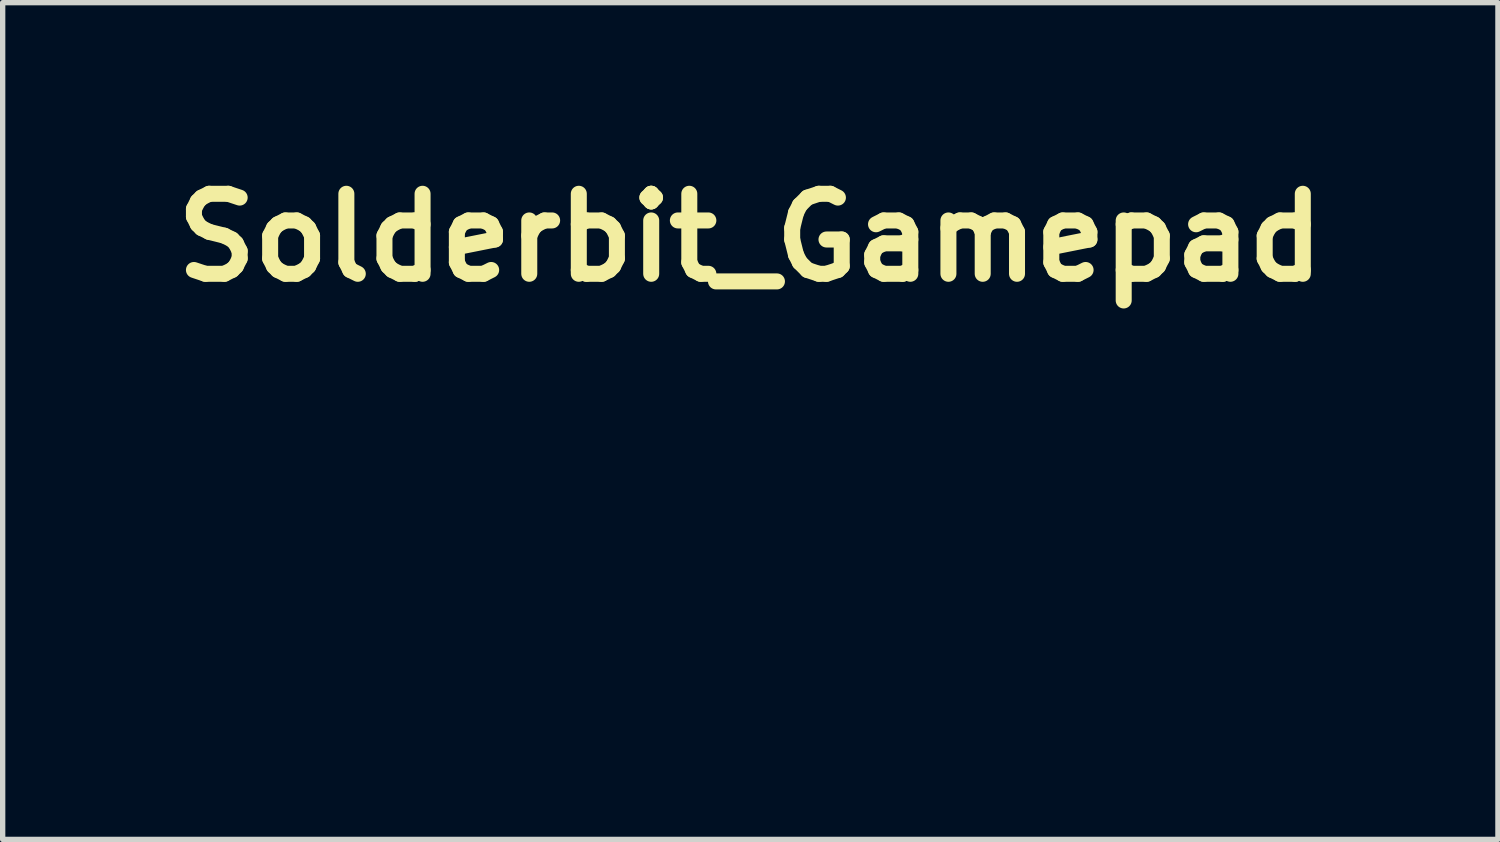
<source format=kicad_pcb>
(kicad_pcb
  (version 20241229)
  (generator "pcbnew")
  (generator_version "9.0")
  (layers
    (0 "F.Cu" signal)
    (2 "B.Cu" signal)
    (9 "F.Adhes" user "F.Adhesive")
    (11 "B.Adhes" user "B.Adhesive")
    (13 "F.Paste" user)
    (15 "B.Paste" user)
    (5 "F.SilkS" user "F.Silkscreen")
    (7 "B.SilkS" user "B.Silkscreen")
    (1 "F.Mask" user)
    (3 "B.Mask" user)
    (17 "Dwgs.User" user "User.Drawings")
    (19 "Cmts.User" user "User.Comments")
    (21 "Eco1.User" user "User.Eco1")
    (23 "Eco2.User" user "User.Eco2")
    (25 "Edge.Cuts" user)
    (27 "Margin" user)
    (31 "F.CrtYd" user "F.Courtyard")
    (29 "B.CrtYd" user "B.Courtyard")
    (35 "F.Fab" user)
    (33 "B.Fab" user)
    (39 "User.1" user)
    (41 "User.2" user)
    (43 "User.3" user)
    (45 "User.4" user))
  (footprint "Solderbit_Gamepad"
    (layer "F.Cu")
    (at 11.014 6.484)
    (property "Reference" "Solderbit_Gamepad" (at 0 -5.08 0) (layer "F.SilkS") (effects (font (size 1.5 1.5) (thickness 0.3))))
    (attr board_only exclude_from_pos_files exclude_from_bom)
    (fp_poly (pts (xy -0.883 1.524) (xy -0.884 1.887) (xy -0.963 1.889) (xy -0.99 1.889) (xy -1.014 1.889) (xy -1.032 1.888) (xy -1.043 1.887) (xy -1.045 1.887) (xy -1.046 1.881) (xy -1.046 1.866) (xy -1.047 1.843) (xy -1.047 1.812) (xy -1.048 1.774) (xy -1.048 1.73) (xy -1.048 1.681) (xy -1.049 1.627) (xy -1.049 1.57) (xy -1.049 1.522) (xy -1.049 1.16) (xy -0.965 1.16) (xy -0.882 1.16)) (stroke (width 0) (type solid)) (fill yes) (layer "F.Mask"))
    (fp_poly (pts (xy -4.342 1.35) (xy -4.342 1.89) (xy -4.422 1.89) (xy -4.45 1.89) (xy -4.474 1.889) (xy -4.492 1.888) (xy -4.504 1.887) (xy -4.506 1.887) (xy -4.507 1.881) (xy -4.507 1.866) (xy -4.507 1.843) (xy -4.508 1.811) (xy -4.508 1.771) (xy -4.508 1.725) (xy -4.509 1.673) (xy -4.509 1.615) (xy -4.509 1.553) (xy -4.509 1.486) (xy -4.509 1.416) (xy -4.509 1.347) (xy -4.509 0.811) (xy -4.426 0.811) (xy -4.342 0.811)) (stroke (width 0) (type solid)) (fill yes) (layer "F.Mask"))
    (fp_poly (pts (xy -0.932 0.824) (xy -0.908 0.835) (xy -0.888 0.853) (xy -0.873 0.877) (xy -0.867 0.904) (xy -0.869 0.93) (xy -0.878 0.956) (xy -0.895 0.977) (xy -0.919 0.993) (xy -0.919 0.994) (xy -0.941 1) (xy -0.966 1.003) (xy -0.99 1.001) (xy -1.003 0.998) (xy -1.02 0.987) (xy -1.037 0.972) (xy -1.05 0.955) (xy -1.052 0.952) (xy -1.056 0.938) (xy -1.059 0.92) (xy -1.059 0.912) (xy -1.056 0.885) (xy -1.046 0.863) (xy -1.03 0.845) (xy -1.01 0.831) (xy -0.987 0.823) (xy -0.962 0.821)) (stroke (width 0) (type solid)) (fill yes) (layer "F.Mask"))
    (fp_poly (pts (xy -4.074 -1.52) (xy -4.043 -1.514) (xy -4.008 -1.5) (xy -3.977 -1.478) (xy -3.951 -1.448) (xy -3.93 -1.412) (xy -3.915 -1.371) (xy -3.908 -1.326) (xy -3.908 -1.326) (xy -3.905 -1.292) (xy -4.119 -1.292) (xy -4.164 -1.292) (xy -4.206 -1.292) (xy -4.244 -1.293) (xy -4.276 -1.293) (xy -4.302 -1.294) (xy -4.321 -1.295) (xy -4.331 -1.296) (xy -4.332 -1.296) (xy -4.33 -1.308) (xy -4.325 -1.327) (xy -4.318 -1.348) (xy -4.31 -1.37) (xy -4.302 -1.388) (xy -4.301 -1.391) (xy -4.274 -1.434) (xy -4.242 -1.469) (xy -4.206 -1.496) (xy -4.165 -1.513) (xy -4.121 -1.521)) (stroke (width 0) (type solid)) (fill yes) (layer "F.Mask"))
    (fp_poly (pts (xy -1.307 -1.52) (xy -1.277 -1.514) (xy -1.242 -1.5) (xy -1.211 -1.478) (xy -1.184 -1.448) (xy -1.163 -1.412) (xy -1.149 -1.371) (xy -1.141 -1.326) (xy -1.141 -1.326) (xy -1.139 -1.292) (xy -1.352 -1.292) (xy -1.398 -1.292) (xy -1.44 -1.292) (xy -1.477 -1.293) (xy -1.51 -1.293) (xy -1.536 -1.294) (xy -1.554 -1.295) (xy -1.564 -1.296) (xy -1.566 -1.296) (xy -1.564 -1.308) (xy -1.559 -1.327) (xy -1.552 -1.348) (xy -1.544 -1.37) (xy -1.536 -1.388) (xy -1.535 -1.391) (xy -1.507 -1.434) (xy -1.475 -1.469) (xy -1.439 -1.496) (xy -1.399 -1.513) (xy -1.354 -1.521)) (stroke (width 0) (type solid)) (fill yes) (layer "F.Mask"))
    (fp_poly (pts (xy 1.373 -1.162) (xy 1.371 -1.111) (xy 1.363 -1.067) (xy 1.35 -1.029) (xy 1.33 -0.995) (xy 1.304 -0.964) (xy 1.27 -0.936) (xy 1.234 -0.917) (xy 1.192 -0.906) (xy 1.166 -0.904) (xy 1.134 -0.904) (xy 1.109 -0.907) (xy 1.101 -0.909) (xy 1.066 -0.925) (xy 1.038 -0.948) (xy 1.018 -0.976) (xy 1.007 -1.009) (xy 1.005 -1.046) (xy 1.008 -1.065) (xy 1.018 -1.099) (xy 1.035 -1.127) (xy 1.059 -1.147) (xy 1.062 -1.149) (xy 1.074 -1.155) (xy 1.086 -1.161) (xy 1.1 -1.166) (xy 1.116 -1.171) (xy 1.136 -1.176) (xy 1.16 -1.181) (xy 1.19 -1.186) (xy 1.227 -1.191) (xy 1.271 -1.198) (xy 1.323 -1.205) (xy 1.352 -1.209) (xy 1.373 -1.212)) (stroke (width 0) (type solid)) (fill yes) (layer "F.Mask"))
    (fp_poly (pts (xy -6.131 0.868) (xy -6.115 0.868) (xy -6.106 0.869) (xy -6.105 0.87) (xy -6.107 0.875) (xy -6.113 0.889) (xy -6.122 0.911) (xy -6.134 0.941) (xy -6.149 0.978) (xy -6.167 1.021) (xy -6.187 1.071) (xy -6.21 1.126) (xy -6.234 1.185) (xy -6.261 1.249) (xy -6.289 1.317) (xy -6.318 1.388) (xy -6.348 1.462) (xy -6.35 1.465) (xy -6.594 2.057) (xy -6.669 2.057) (xy -6.743 2.057) (xy -6.708 1.972) (xy -6.702 1.956) (xy -6.691 1.931) (xy -6.678 1.898) (xy -6.661 1.858) (xy -6.642 1.812) (xy -6.621 1.76) (xy -6.597 1.703) (xy -6.572 1.642) (xy -6.546 1.577) (xy -6.518 1.51) (xy -6.489 1.441) (xy -6.463 1.378) (xy -6.253 0.869) (xy -6.179 0.868) (xy -6.153 0.867)) (stroke (width 0) (type solid)) (fill yes) (layer "F.Mask"))
    (fp_poly (pts (xy 0.339 0.868) (xy 0.355 0.868) (xy 0.364 0.869) (xy 0.365 0.87) (xy 0.363 0.875) (xy 0.357 0.889) (xy 0.349 0.911) (xy 0.336 0.941) (xy 0.321 0.978) (xy 0.303 1.021) (xy 0.283 1.071) (xy 0.261 1.126) (xy 0.236 1.185) (xy 0.21 1.249) (xy 0.182 1.317) (xy 0.152 1.388) (xy 0.122 1.462) (xy 0.12 1.465) (xy -0.124 2.057) (xy -0.199 2.057) (xy -0.273 2.057) (xy -0.238 1.972) (xy -0.231 1.956) (xy -0.221 1.931) (xy -0.208 1.898) (xy -0.191 1.858) (xy -0.172 1.812) (xy -0.151 1.76) (xy -0.127 1.703) (xy -0.102 1.642) (xy -0.075 1.577) (xy -0.047 1.51) (xy -0.019 1.441) (xy 0.007 1.378) (xy 0.217 0.869) (xy 0.291 0.868) (xy 0.317 0.867)) (stroke (width 0) (type solid)) (fill yes) (layer "F.Mask"))
    (fp_poly (pts (xy 2.177 -1.519) (xy 2.222 -1.505) (xy 2.228 -1.502) (xy 2.264 -1.481) (xy 2.295 -1.451) (xy 2.32 -1.413) (xy 2.339 -1.369) (xy 2.353 -1.319) (xy 2.359 -1.263) (xy 2.359 -1.208) (xy 2.354 -1.146) (xy 2.342 -1.091) (xy 2.324 -1.043) (xy 2.3 -1.001) (xy 2.275 -0.971) (xy 2.24 -0.941) (xy 2.2 -0.919) (xy 2.156 -0.906) (xy 2.111 -0.902) (xy 2.063 -0.907) (xy 2.052 -0.91) (xy 2.012 -0.926) (xy 1.975 -0.951) (xy 1.943 -0.982) (xy 1.918 -1.02) (xy 1.899 -1.063) (xy 1.889 -1.105) (xy 1.887 -1.128) (xy 1.886 -1.159) (xy 1.886 -1.193) (xy 1.887 -1.229) (xy 1.888 -1.264) (xy 1.891 -1.296) (xy 1.895 -1.322) (xy 1.897 -1.335) (xy 1.915 -1.382) (xy 1.939 -1.423) (xy 1.97 -1.457) (xy 2.005 -1.485) (xy 2.045 -1.506) (xy 2.087 -1.519) (xy 2.132 -1.523)) (stroke (width 0) (type solid)) (fill yes) (layer "F.Mask"))
    (fp_poly (pts (xy 3.447 -1.52) (xy 3.494 -1.508) (xy 3.519 -1.497) (xy 3.558 -1.473) (xy 3.591 -1.44) (xy 3.618 -1.4) (xy 3.639 -1.354) (xy 3.65 -1.311) (xy 3.655 -1.279) (xy 3.658 -1.24) (xy 3.658 -1.199) (xy 3.656 -1.158) (xy 3.652 -1.123) (xy 3.65 -1.111) (xy 3.635 -1.059) (xy 3.613 -1.014) (xy 3.585 -0.976) (xy 3.55 -0.945) (xy 3.509 -0.922) (xy 3.47 -0.91) (xy 3.444 -0.905) (xy 3.413 -0.903) (xy 3.382 -0.903) (xy 3.356 -0.905) (xy 3.354 -0.905) (xy 3.307 -0.918) (xy 3.265 -0.939) (xy 3.228 -0.968) (xy 3.197 -1.004) (xy 3.171 -1.046) (xy 3.153 -1.093) (xy 3.141 -1.146) (xy 3.137 -1.203) (xy 3.14 -1.263) (xy 3.141 -1.269) (xy 3.153 -1.327) (xy 3.171 -1.378) (xy 3.197 -1.422) (xy 3.229 -1.458) (xy 3.262 -1.484) (xy 3.304 -1.505) (xy 3.35 -1.518) (xy 3.399 -1.523)) (stroke (width 0) (type solid)) (fill yes) (layer "F.Mask"))
    (fp_poly (pts (xy 4.913 -1.521) (xy 4.957 -1.51) (xy 4.998 -1.49) (xy 5.035 -1.461) (xy 5.036 -1.46) (xy 5.066 -1.424) (xy 5.088 -1.384) (xy 5.1 -1.349) (xy 5.103 -1.33) (xy 5.105 -1.304) (xy 5.107 -1.272) (xy 5.108 -1.236) (xy 5.107 -1.2) (xy 5.106 -1.166) (xy 5.104 -1.135) (xy 5.101 -1.11) (xy 5.1 -1.102) (xy 5.085 -1.055) (xy 5.063 -1.012) (xy 5.034 -0.975) (xy 5 -0.944) (xy 4.961 -0.921) (xy 4.928 -0.91) (xy 4.894 -0.904) (xy 4.858 -0.903) (xy 4.824 -0.906) (xy 4.808 -0.909) (xy 4.766 -0.926) (xy 4.728 -0.951) (xy 4.696 -0.985) (xy 4.669 -1.026) (xy 4.649 -1.074) (xy 4.643 -1.094) (xy 4.638 -1.121) (xy 4.635 -1.155) (xy 4.634 -1.193) (xy 4.634 -1.233) (xy 4.637 -1.27) (xy 4.642 -1.304) (xy 4.646 -1.32) (xy 4.664 -1.373) (xy 4.687 -1.418) (xy 4.716 -1.455) (xy 4.751 -1.484) (xy 4.775 -1.497) (xy 4.821 -1.515) (xy 4.868 -1.523)) (stroke (width 0) (type solid)) (fill yes) (layer "F.Mask"))
    (fp_poly (pts (xy -5.003 -1.52) (xy -4.958 -1.509) (xy -4.94 -1.501) (xy -4.907 -1.48) (xy -4.876 -1.451) (xy -4.85 -1.417) (xy -4.83 -1.379) (xy -4.819 -1.344) (xy -4.817 -1.325) (xy -4.815 -1.299) (xy -4.814 -1.267) (xy -4.814 -1.233) (xy -4.814 -1.197) (xy -4.815 -1.164) (xy -4.817 -1.134) (xy -4.82 -1.111) (xy -4.821 -1.103) (xy -4.834 -1.062) (xy -4.853 -1.021) (xy -4.877 -0.985) (xy -4.906 -0.955) (xy -4.936 -0.932) (xy -4.939 -0.931) (xy -4.981 -0.913) (xy -5.028 -0.904) (xy -5.075 -0.903) (xy -5.11 -0.909) (xy -5.152 -0.924) (xy -5.189 -0.948) (xy -5.221 -0.98) (xy -5.248 -1.02) (xy -5.269 -1.066) (xy -5.275 -1.086) (xy -5.28 -1.105) (xy -5.283 -1.123) (xy -5.285 -1.143) (xy -5.286 -1.167) (xy -5.287 -1.198) (xy -5.287 -1.201) (xy -5.284 -1.262) (xy -5.276 -1.316) (xy -5.263 -1.362) (xy -5.243 -1.404) (xy -5.218 -1.44) (xy -5.208 -1.451) (xy -5.175 -1.481) (xy -5.136 -1.502) (xy -5.093 -1.517) (xy -5.048 -1.522)) (stroke (width 0) (type solid)) (fill yes) (layer "F.Mask"))
    (fp_poly (pts (xy -0.457 1.052) (xy -0.456 1.16) (xy -0.37 1.16) (xy -0.284 1.16) (xy -0.284 1.224) (xy -0.284 1.287) (xy -0.37 1.287) (xy -0.456 1.287) (xy -0.455 1.501) (xy -0.455 1.553) (xy -0.454 1.597) (xy -0.454 1.632) (xy -0.453 1.659) (xy -0.453 1.681) (xy -0.452 1.697) (xy -0.45 1.709) (xy -0.449 1.718) (xy -0.447 1.724) (xy -0.445 1.73) (xy -0.443 1.733) (xy -0.427 1.751) (xy -0.404 1.764) (xy -0.377 1.772) (xy -0.348 1.773) (xy -0.319 1.768) (xy -0.305 1.763) (xy -0.283 1.753) (xy -0.285 1.818) (xy -0.286 1.882) (xy -0.315 1.891) (xy -0.343 1.897) (xy -0.376 1.901) (xy -0.411 1.903) (xy -0.444 1.902) (xy -0.457 1.9) (xy -0.5 1.891) (xy -0.536 1.875) (xy -0.565 1.853) (xy -0.577 1.842) (xy -0.588 1.83) (xy -0.596 1.817) (xy -0.604 1.801) (xy -0.609 1.784) (xy -0.614 1.762) (xy -0.617 1.735) (xy -0.62 1.704) (xy -0.621 1.665) (xy -0.623 1.619) (xy -0.623 1.565) (xy -0.623 1.502) (xy -0.623 1.494) (xy -0.623 1.287) (xy -0.684 1.287) (xy -0.745 1.287) (xy -0.745 1.224) (xy -0.745 1.16) (xy -0.684 1.16) (xy -0.623 1.16) (xy -0.623 1.075) (xy -0.623 0.991) (xy -0.541 0.967) (xy -0.459 0.944)) (stroke (width 0) (type solid)) (fill yes) (layer "F.Mask"))
    (fp_poly (pts (xy -2.092 1.15) (xy -2.074 1.152) (xy -2.061 1.154) (xy -2.061 1.154) (xy -2.047 1.16) (xy -2.047 1.236) (xy -2.047 1.263) (xy -2.048 1.285) (xy -2.048 1.302) (xy -2.049 1.311) (xy -2.05 1.312) (xy -2.056 1.31) (xy -2.067 1.305) (xy -2.068 1.304) (xy -2.085 1.299) (xy -2.108 1.295) (xy -2.134 1.293) (xy -2.158 1.294) (xy -2.171 1.296) (xy -2.204 1.31) (xy -2.233 1.333) (xy -2.259 1.363) (xy -2.28 1.4) (xy -2.291 1.428) (xy -2.294 1.437) (xy -2.296 1.445) (xy -2.298 1.455) (xy -2.3 1.467) (xy -2.301 1.482) (xy -2.302 1.501) (xy -2.303 1.525) (xy -2.304 1.556) (xy -2.304 1.593) (xy -2.305 1.64) (xy -2.305 1.675) (xy -2.308 1.887) (xy -2.387 1.889) (xy -2.414 1.889) (xy -2.438 1.889) (xy -2.456 1.888) (xy -2.467 1.887) (xy -2.469 1.887) (xy -2.47 1.881) (xy -2.47 1.866) (xy -2.471 1.843) (xy -2.471 1.812) (xy -2.472 1.774) (xy -2.472 1.73) (xy -2.472 1.681) (xy -2.472 1.627) (xy -2.473 1.57) (xy -2.473 1.522) (xy -2.473 1.16) (xy -2.389 1.16) (xy -2.305 1.16) (xy -2.305 1.235) (xy -2.305 1.31) (xy -2.288 1.273) (xy -2.266 1.236) (xy -2.239 1.203) (xy -2.208 1.177) (xy -2.183 1.163) (xy -2.162 1.155) (xy -2.143 1.15) (xy -2.12 1.149) (xy -2.113 1.149)) (stroke (width 0) (type solid)) (fill yes) (layer "F.Mask"))
    (fp_poly (pts (xy 4.626 1.147) (xy 4.669 1.153) (xy 4.707 1.166) (xy 4.742 1.185) (xy 4.774 1.211) (xy 4.81 1.25) (xy 4.838 1.296) (xy 4.859 1.349) (xy 4.873 1.409) (xy 4.879 1.475) (xy 4.879 1.501) (xy 4.876 1.571) (xy 4.865 1.636) (xy 4.847 1.695) (xy 4.823 1.748) (xy 4.792 1.793) (xy 4.755 1.832) (xy 4.712 1.862) (xy 4.665 1.884) (xy 4.649 1.89) (xy 4.635 1.893) (xy 4.62 1.896) (xy 4.601 1.897) (xy 4.577 1.897) (xy 4.557 1.897) (xy 4.486 1.898) (xy 4.448 1.879) (xy 4.42 1.863) (xy 4.397 1.846) (xy 4.374 1.824) (xy 4.356 1.804) (xy 4.337 1.781) (xy 4.337 2.003) (xy 4.337 2.224) (xy 4.254 2.224) (xy 4.17 2.224) (xy 4.17 1.692) (xy 4.17 1.545) (xy 4.333 1.545) (xy 4.334 1.58) (xy 4.337 1.608) (xy 4.347 1.651) (xy 4.365 1.69) (xy 4.39 1.722) (xy 4.421 1.748) (xy 4.447 1.761) (xy 4.482 1.771) (xy 4.521 1.774) (xy 4.559 1.77) (xy 4.583 1.763) (xy 4.617 1.745) (xy 4.646 1.718) (xy 4.671 1.683) (xy 4.691 1.641) (xy 4.7 1.614) (xy 4.706 1.586) (xy 4.709 1.552) (xy 4.711 1.515) (xy 4.711 1.479) (xy 4.708 1.447) (xy 4.705 1.427) (xy 4.69 1.382) (xy 4.669 1.344) (xy 4.642 1.314) (xy 4.611 1.292) (xy 4.574 1.278) (xy 4.533 1.274) (xy 4.501 1.276) (xy 4.458 1.288) (xy 4.421 1.307) (xy 4.39 1.334) (xy 4.365 1.37) (xy 4.347 1.413) (xy 4.347 1.415) (xy 4.341 1.44) (xy 4.337 1.471) (xy 4.334 1.507) (xy 4.333 1.545) (xy 4.17 1.545) (xy 4.17 1.16) (xy 4.253 1.16) (xy 4.337 1.16) (xy 4.338 1.223) (xy 4.34 1.287) (xy 4.365 1.253) (xy 4.397 1.216) (xy 4.432 1.187) (xy 4.471 1.167) (xy 4.515 1.154) (xy 4.566 1.147) (xy 4.575 1.147)) (stroke (width 0) (type solid)) (fill yes) (layer "F.Mask"))
    (fp_poly (pts (xy -1.762 1.049) (xy -1.761 1.287) (xy -1.735 1.253) (xy -1.705 1.219) (xy -1.671 1.19) (xy -1.634 1.168) (xy -1.616 1.16) (xy -1.589 1.153) (xy -1.555 1.148) (xy -1.519 1.146) (xy -1.484 1.146) (xy -1.454 1.148) (xy -1.445 1.15) (xy -1.396 1.166) (xy -1.353 1.19) (xy -1.315 1.222) (xy -1.283 1.263) (xy -1.256 1.312) (xy -1.238 1.36) (xy -1.233 1.377) (xy -1.23 1.392) (xy -1.227 1.406) (xy -1.226 1.422) (xy -1.225 1.443) (xy -1.224 1.469) (xy -1.224 1.502) (xy -1.224 1.541) (xy -1.225 1.571) (xy -1.227 1.595) (xy -1.229 1.614) (xy -1.232 1.631) (xy -1.233 1.633) (xy -1.252 1.696) (xy -1.278 1.75) (xy -1.31 1.796) (xy -1.347 1.835) (xy -1.389 1.865) (xy -1.437 1.886) (xy -1.491 1.899) (xy -1.53 1.903) (xy -1.554 1.903) (xy -1.577 1.902) (xy -1.596 1.901) (xy -1.601 1.9) (xy -1.637 1.888) (xy -1.673 1.87) (xy -1.706 1.847) (xy -1.734 1.82) (xy -1.749 1.799) (xy -1.761 1.781) (xy -1.763 1.834) (xy -1.766 1.887) (xy -1.847 1.887) (xy -1.928 1.887) (xy -1.929 1.545) (xy -1.767 1.545) (xy -1.766 1.58) (xy -1.764 1.608) (xy -1.753 1.651) (xy -1.735 1.69) (xy -1.71 1.722) (xy -1.679 1.748) (xy -1.654 1.761) (xy -1.618 1.771) (xy -1.58 1.774) (xy -1.541 1.77) (xy -1.518 1.763) (xy -1.484 1.745) (xy -1.454 1.718) (xy -1.429 1.683) (xy -1.409 1.641) (xy -1.4 1.614) (xy -1.395 1.586) (xy -1.391 1.552) (xy -1.389 1.515) (xy -1.39 1.479) (xy -1.392 1.447) (xy -1.396 1.427) (xy -1.41 1.382) (xy -1.431 1.344) (xy -1.458 1.314) (xy -1.49 1.292) (xy -1.526 1.278) (xy -1.567 1.274) (xy -1.599 1.276) (xy -1.642 1.288) (xy -1.679 1.307) (xy -1.71 1.334) (xy -1.735 1.37) (xy -1.753 1.413) (xy -1.754 1.415) (xy -1.759 1.44) (xy -1.764 1.471) (xy -1.766 1.507) (xy -1.767 1.545) (xy -1.929 1.545) (xy -1.929 1.349) (xy -1.931 0.811) (xy -1.847 0.811) (xy -1.763 0.811)) (stroke (width 0) (type solid)) (fill yes) (layer "F.Mask"))
    (fp_poly (pts (xy -5.711 1.146) (xy -5.674 1.149) (xy -5.639 1.155) (xy -5.603 1.164) (xy -5.574 1.172) (xy -5.574 1.242) (xy -5.574 1.267) (xy -5.574 1.289) (xy -5.576 1.304) (xy -5.577 1.312) (xy -5.577 1.312) (xy -5.584 1.31) (xy -5.595 1.304) (xy -5.596 1.303) (xy -5.631 1.286) (xy -5.671 1.274) (xy -5.713 1.267) (xy -5.755 1.265) (xy -5.795 1.269) (xy -5.829 1.278) (xy -5.84 1.282) (xy -5.864 1.298) (xy -5.879 1.319) (xy -5.887 1.342) (xy -5.887 1.367) (xy -5.878 1.39) (xy -5.861 1.411) (xy -5.849 1.42) (xy -5.841 1.425) (xy -5.833 1.429) (xy -5.823 1.434) (xy -5.809 1.44) (xy -5.791 1.447) (xy -5.766 1.457) (xy -5.733 1.47) (xy -5.678 1.493) (xy -5.633 1.519) (xy -5.597 1.547) (xy -5.57 1.577) (xy -5.551 1.611) (xy -5.543 1.633) (xy -5.539 1.66) (xy -5.538 1.691) (xy -5.541 1.723) (xy -5.548 1.751) (xy -5.553 1.766) (xy -5.568 1.789) (xy -5.588 1.813) (xy -5.612 1.836) (xy -5.636 1.855) (xy -5.647 1.861) (xy -5.695 1.88) (xy -5.748 1.894) (xy -5.806 1.902) (xy -5.866 1.904) (xy -5.923 1.9) (xy -5.964 1.893) (xy -6 1.884) (xy -6.028 1.874) (xy -6.055 1.863) (xy -6.055 1.788) (xy -6.055 1.713) (xy -6.032 1.728) (xy -5.985 1.754) (xy -5.932 1.773) (xy -5.877 1.782) (xy -5.849 1.783) (xy -5.803 1.781) (xy -5.765 1.773) (xy -5.736 1.759) (xy -5.716 1.741) (xy -5.704 1.717) (xy -5.7 1.691) (xy -5.703 1.67) (xy -5.713 1.651) (xy -5.73 1.634) (xy -5.755 1.617) (xy -5.789 1.601) (xy -5.82 1.588) (xy -5.876 1.566) (xy -5.923 1.544) (xy -5.961 1.522) (xy -5.991 1.499) (xy -6.014 1.474) (xy -6.032 1.448) (xy -6.033 1.445) (xy -6.039 1.431) (xy -6.044 1.419) (xy -6.046 1.405) (xy -6.047 1.387) (xy -6.047 1.362) (xy -6.047 1.36) (xy -6.047 1.335) (xy -6.046 1.316) (xy -6.044 1.302) (xy -6.04 1.29) (xy -6.035 1.279) (xy -6.011 1.244) (xy -5.979 1.213) (xy -5.94 1.187) (xy -5.894 1.167) (xy -5.843 1.153) (xy -5.786 1.146) (xy -5.754 1.145)) (stroke (width 0) (type solid)) (fill yes) (layer "F.Mask"))
    (fp_poly (pts (xy -4.98 1.147) (xy -4.962 1.149) (xy -4.944 1.152) (xy -4.933 1.155) (xy -4.878 1.173) (xy -4.828 1.199) (xy -4.786 1.232) (xy -4.75 1.273) (xy -4.721 1.32) (xy -4.699 1.375) (xy -4.684 1.437) (xy -4.681 1.457) (xy -4.678 1.51) (xy -4.68 1.564) (xy -4.687 1.617) (xy -4.699 1.666) (xy -4.708 1.689) (xy -4.736 1.742) (xy -4.77 1.788) (xy -4.812 1.827) (xy -4.859 1.858) (xy -4.913 1.881) (xy -4.972 1.896) (xy -5.037 1.903) (xy -5.039 1.903) (xy -5.081 1.903) (xy -5.118 1.901) (xy -5.136 1.898) (xy -5.188 1.885) (xy -5.232 1.868) (xy -5.272 1.845) (xy -5.309 1.815) (xy -5.321 1.804) (xy -5.353 1.769) (xy -5.377 1.732) (xy -5.397 1.691) (xy -5.409 1.654) (xy -5.415 1.636) (xy -5.419 1.619) (xy -5.421 1.603) (xy -5.422 1.584) (xy -5.423 1.559) (xy -5.423 1.53) (xy -5.423 1.528) (xy -5.258 1.528) (xy -5.255 1.578) (xy -5.245 1.626) (xy -5.238 1.645) (xy -5.219 1.684) (xy -5.192 1.717) (xy -5.16 1.744) (xy -5.122 1.763) (xy -5.121 1.763) (xy -5.096 1.77) (xy -5.065 1.773) (xy -5.033 1.773) (xy -5.002 1.77) (xy -4.984 1.766) (xy -4.946 1.749) (xy -4.913 1.724) (xy -4.887 1.692) (xy -4.867 1.652) (xy -4.854 1.609) (xy -4.85 1.583) (xy -4.848 1.551) (xy -4.848 1.517) (xy -4.849 1.483) (xy -4.852 1.453) (xy -4.854 1.442) (xy -4.863 1.409) (xy -4.877 1.377) (xy -4.894 1.347) (xy -4.912 1.324) (xy -4.919 1.317) (xy -4.951 1.295) (xy -4.988 1.281) (xy -5.027 1.274) (xy -5.068 1.274) (xy -5.108 1.282) (xy -5.145 1.296) (xy -5.178 1.317) (xy -5.205 1.345) (xy -5.206 1.347) (xy -5.228 1.385) (xy -5.244 1.429) (xy -5.254 1.478) (xy -5.258 1.528) (xy -5.423 1.528) (xy -5.423 1.497) (xy -5.422 1.471) (xy -5.42 1.45) (xy -5.417 1.431) (xy -5.413 1.413) (xy -5.412 1.411) (xy -5.391 1.352) (xy -5.364 1.3) (xy -5.329 1.255) (xy -5.287 1.217) (xy -5.237 1.186) (xy -5.181 1.163) (xy -5.169 1.159) (xy -5.15 1.155) (xy -5.129 1.151) (xy -5.101 1.149) (xy -5.067 1.147) (xy -5.057 1.147) (xy -5.024 1.146) (xy -5 1.146)) (stroke (width 0) (type solid)) (fill yes) (layer "F.Mask"))
    (fp_poly (pts (xy -3.466 1.35) (xy -3.466 1.89) (xy -3.547 1.89) (xy -3.628 1.89) (xy -3.628 1.829) (xy -3.628 1.806) (xy -3.629 1.786) (xy -3.63 1.773) (xy -3.632 1.768) (xy -3.632 1.768) (xy -3.637 1.772) (xy -3.645 1.782) (xy -3.656 1.796) (xy -3.656 1.796) (xy -3.678 1.822) (xy -3.705 1.847) (xy -3.734 1.868) (xy -3.757 1.88) (xy -3.8 1.895) (xy -3.848 1.903) (xy -3.897 1.904) (xy -3.944 1.898) (xy -3.945 1.898) (xy -3.99 1.883) (xy -4.033 1.859) (xy -4.071 1.828) (xy -4.104 1.791) (xy -4.12 1.768) (xy -4.142 1.721) (xy -4.159 1.667) (xy -4.17 1.609) (xy -4.174 1.547) (xy -4.173 1.52) (xy -4.006 1.52) (xy -4.005 1.571) (xy -3.997 1.621) (xy -3.997 1.621) (xy -3.984 1.66) (xy -3.964 1.696) (xy -3.939 1.727) (xy -3.909 1.75) (xy -3.885 1.763) (xy -3.852 1.771) (xy -3.816 1.773) (xy -3.78 1.77) (xy -3.751 1.762) (xy -3.724 1.748) (xy -3.698 1.727) (xy -3.674 1.702) (xy -3.655 1.675) (xy -3.651 1.666) (xy -3.642 1.644) (xy -3.636 1.623) (xy -3.632 1.6) (xy -3.629 1.574) (xy -3.628 1.542) (xy -3.629 1.501) (xy -3.629 1.497) (xy -3.629 1.465) (xy -3.63 1.441) (xy -3.632 1.423) (xy -3.634 1.409) (xy -3.637 1.398) (xy -3.641 1.388) (xy -3.642 1.386) (xy -3.664 1.346) (xy -3.691 1.316) (xy -3.724 1.294) (xy -3.761 1.28) (xy -3.775 1.277) (xy -3.82 1.274) (xy -3.862 1.28) (xy -3.899 1.295) (xy -3.932 1.32) (xy -3.959 1.353) (xy -3.975 1.38) (xy -3.991 1.422) (xy -4.001 1.469) (xy -4.006 1.52) (xy -4.173 1.52) (xy -4.172 1.485) (xy -4.163 1.423) (xy -4.154 1.388) (xy -4.135 1.336) (xy -4.109 1.287) (xy -4.077 1.245) (xy -4.04 1.208) (xy -3.998 1.179) (xy -3.953 1.159) (xy -3.923 1.151) (xy -3.896 1.147) (xy -3.864 1.145) (xy -3.83 1.146) (xy -3.798 1.148) (xy -3.773 1.153) (xy -3.772 1.153) (xy -3.738 1.165) (xy -3.705 1.184) (xy -3.675 1.207) (xy -3.652 1.232) (xy -3.643 1.246) (xy -3.637 1.254) (xy -3.633 1.257) (xy -3.632 1.252) (xy -3.63 1.237) (xy -3.63 1.213) (xy -3.629 1.18) (xy -3.628 1.139) (xy -3.628 1.091) (xy -3.628 1.035) (xy -3.628 1.034) (xy -3.628 0.811) (xy -3.547 0.811) (xy -3.466 0.811)) (stroke (width 0) (type solid)) (fill yes) (layer "F.Mask"))
    (fp_poly (pts (xy 6.46 1.35) (xy 6.46 1.89) (xy 6.379 1.89) (xy 6.298 1.89) (xy 6.298 1.829) (xy 6.298 1.806) (xy 6.297 1.786) (xy 6.296 1.773) (xy 6.294 1.768) (xy 6.294 1.768) (xy 6.289 1.772) (xy 6.281 1.782) (xy 6.27 1.796) (xy 6.27 1.796) (xy 6.248 1.822) (xy 6.221 1.847) (xy 6.192 1.868) (xy 6.169 1.88) (xy 6.126 1.895) (xy 6.078 1.903) (xy 6.029 1.904) (xy 5.982 1.898) (xy 5.981 1.898) (xy 5.936 1.883) (xy 5.893 1.859) (xy 5.855 1.828) (xy 5.822 1.791) (xy 5.806 1.768) (xy 5.784 1.721) (xy 5.767 1.667) (xy 5.756 1.609) (xy 5.752 1.547) (xy 5.753 1.52) (xy 5.92 1.52) (xy 5.921 1.571) (xy 5.929 1.621) (xy 5.929 1.621) (xy 5.942 1.66) (xy 5.962 1.696) (xy 5.987 1.727) (xy 6.017 1.75) (xy 6.041 1.763) (xy 6.073 1.771) (xy 6.11 1.773) (xy 6.146 1.77) (xy 6.175 1.762) (xy 6.202 1.748) (xy 6.228 1.727) (xy 6.252 1.702) (xy 6.27 1.675) (xy 6.275 1.666) (xy 6.284 1.644) (xy 6.29 1.623) (xy 6.294 1.6) (xy 6.297 1.574) (xy 6.298 1.542) (xy 6.297 1.501) (xy 6.297 1.497) (xy 6.296 1.465) (xy 6.295 1.441) (xy 6.294 1.423) (xy 6.292 1.409) (xy 6.289 1.398) (xy 6.285 1.388) (xy 6.284 1.386) (xy 6.261 1.346) (xy 6.234 1.316) (xy 6.202 1.294) (xy 6.165 1.28) (xy 6.151 1.277) (xy 6.106 1.274) (xy 6.064 1.28) (xy 6.027 1.295) (xy 5.994 1.32) (xy 5.967 1.353) (xy 5.951 1.38) (xy 5.935 1.422) (xy 5.924 1.469) (xy 5.92 1.52) (xy 5.753 1.52) (xy 5.754 1.485) (xy 5.763 1.423) (xy 5.771 1.388) (xy 5.79 1.336) (xy 5.817 1.287) (xy 5.849 1.245) (xy 5.886 1.208) (xy 5.928 1.179) (xy 5.973 1.159) (xy 6.003 1.151) (xy 6.03 1.147) (xy 6.062 1.145) (xy 6.096 1.146) (xy 6.127 1.148) (xy 6.153 1.153) (xy 6.154 1.153) (xy 6.188 1.165) (xy 6.221 1.184) (xy 6.251 1.207) (xy 6.273 1.232) (xy 6.282 1.246) (xy 6.289 1.254) (xy 6.293 1.257) (xy 6.294 1.252) (xy 6.295 1.237) (xy 6.296 1.213) (xy 6.297 1.18) (xy 6.298 1.139) (xy 6.298 1.091) (xy 6.298 1.035) (xy 6.298 1.034) (xy 6.298 0.811) (xy 6.379 0.811) (xy 6.46 0.811)) (stroke (width 0) (type solid)) (fill yes) (layer "F.Mask"))
    (fp_poly (pts (xy -2.884 1.148) (xy -2.836 1.158) (xy -2.792 1.176) (xy -2.754 1.201) (xy -2.726 1.226) (xy -2.696 1.261) (xy -2.672 1.299) (xy -2.654 1.343) (xy -2.642 1.392) (xy -2.634 1.449) (xy -2.631 1.491) (xy -2.628 1.566) (xy -2.875 1.566) (xy -2.932 1.566) (xy -2.979 1.566) (xy -3.018 1.566) (xy -3.05 1.566) (xy -3.075 1.567) (xy -3.093 1.567) (xy -3.107 1.568) (xy -3.116 1.569) (xy -3.121 1.571) (xy -3.124 1.572) (xy -3.124 1.573) (xy -3.125 1.584) (xy -3.123 1.602) (xy -3.119 1.623) (xy -3.113 1.645) (xy -3.106 1.665) (xy -3.104 1.67) (xy -3.094 1.687) (xy -3.079 1.707) (xy -3.069 1.718) (xy -3.038 1.744) (xy -3.002 1.762) (xy -2.961 1.773) (xy -2.913 1.778) (xy -2.898 1.778) (xy -2.842 1.774) (xy -2.789 1.762) (xy -2.737 1.74) (xy -2.728 1.736) (xy -2.685 1.713) (xy -2.685 1.778) (xy -2.685 1.843) (xy -2.72 1.858) (xy -2.765 1.876) (xy -2.807 1.889) (xy -2.835 1.895) (xy -2.857 1.898) (xy -2.885 1.9) (xy -2.917 1.902) (xy -2.948 1.903) (xy -2.978 1.903) (xy -3.002 1.902) (xy -3.017 1.9) (xy -3.066 1.888) (xy -3.112 1.869) (xy -3.154 1.845) (xy -3.189 1.818) (xy -3.206 1.8) (xy -3.22 1.782) (xy -3.234 1.761) (xy -3.244 1.743) (xy -3.267 1.692) (xy -3.282 1.635) (xy -3.291 1.576) (xy -3.292 1.515) (xy -3.286 1.454) (xy -3.284 1.444) (xy -3.125 1.444) (xy -3.124 1.449) (xy -3.118 1.451) (xy -3.104 1.452) (xy -3.082 1.453) (xy -3.055 1.453) (xy -3.023 1.454) (xy -2.989 1.454) (xy -2.953 1.454) (xy -2.918 1.454) (xy -2.884 1.454) (xy -2.853 1.453) (xy -2.827 1.453) (xy -2.806 1.452) (xy -2.793 1.451) (xy -2.789 1.449) (xy -2.788 1.441) (xy -2.79 1.426) (xy -2.793 1.407) (xy -2.797 1.386) (xy -2.802 1.367) (xy -2.807 1.352) (xy -2.808 1.35) (xy -2.828 1.317) (xy -2.855 1.291) (xy -2.888 1.273) (xy -2.924 1.265) (xy -2.963 1.265) (xy -2.973 1.266) (xy -3.011 1.277) (xy -3.043 1.296) (xy -3.071 1.322) (xy -3.088 1.345) (xy -3.1 1.366) (xy -3.11 1.388) (xy -3.118 1.41) (xy -3.123 1.43) (xy -3.125 1.444) (xy -3.284 1.444) (xy -3.274 1.396) (xy -3.254 1.342) (xy -3.237 1.309) (xy -3.226 1.293) (xy -3.21 1.273) (xy -3.192 1.252) (xy -3.181 1.241) (xy -3.159 1.22) (xy -3.14 1.204) (xy -3.119 1.191) (xy -3.095 1.179) (xy -3.064 1.165) (xy -3.036 1.155) (xy -3.009 1.149) (xy -2.978 1.146) (xy -2.942 1.145) (xy -2.94 1.145)) (stroke (width 0) (type solid)) (fill yes) (layer "F.Mask"))
    (fp_poly (pts (xy 3.758 1.148) (xy 3.807 1.158) (xy 3.85 1.176) (xy 3.889 1.201) (xy 3.917 1.226) (xy 3.947 1.261) (xy 3.97 1.299) (xy 3.988 1.343) (xy 4.001 1.392) (xy 4.009 1.449) (xy 4.011 1.491) (xy 4.014 1.566) (xy 3.768 1.566) (xy 3.711 1.566) (xy 3.663 1.566) (xy 3.624 1.566) (xy 3.593 1.566) (xy 3.568 1.567) (xy 3.549 1.567) (xy 3.536 1.568) (xy 3.527 1.569) (xy 3.522 1.571) (xy 3.519 1.572) (xy 3.518 1.573) (xy 3.517 1.584) (xy 3.519 1.602) (xy 3.524 1.623) (xy 3.53 1.645) (xy 3.537 1.665) (xy 3.539 1.67) (xy 3.549 1.687) (xy 3.563 1.707) (xy 3.574 1.718) (xy 3.605 1.744) (xy 3.64 1.762) (xy 3.681 1.773) (xy 3.729 1.778) (xy 3.745 1.778) (xy 3.801 1.774) (xy 3.854 1.762) (xy 3.906 1.74) (xy 3.915 1.736) (xy 3.957 1.713) (xy 3.957 1.778) (xy 3.957 1.843) (xy 3.923 1.858) (xy 3.878 1.876) (xy 3.835 1.889) (xy 3.808 1.895) (xy 3.785 1.898) (xy 3.757 1.9) (xy 3.726 1.902) (xy 3.694 1.903) (xy 3.665 1.903) (xy 3.641 1.902) (xy 3.625 1.9) (xy 3.577 1.888) (xy 3.53 1.869) (xy 3.489 1.845) (xy 3.453 1.818) (xy 3.436 1.8) (xy 3.423 1.782) (xy 3.409 1.761) (xy 3.398 1.743) (xy 3.376 1.692) (xy 3.36 1.635) (xy 3.352 1.576) (xy 3.351 1.515) (xy 3.356 1.454) (xy 3.359 1.444) (xy 3.518 1.444) (xy 3.519 1.449) (xy 3.525 1.451) (xy 3.539 1.452) (xy 3.561 1.453) (xy 3.588 1.453) (xy 3.619 1.454) (xy 3.654 1.454) (xy 3.689 1.454) (xy 3.725 1.454) (xy 3.759 1.454) (xy 3.79 1.453) (xy 3.816 1.453) (xy 3.836 1.452) (xy 3.849 1.451) (xy 3.853 1.449) (xy 3.854 1.441) (xy 3.853 1.426) (xy 3.85 1.407) (xy 3.846 1.386) (xy 3.841 1.367) (xy 3.836 1.352) (xy 3.835 1.35) (xy 3.814 1.317) (xy 3.787 1.291) (xy 3.755 1.273) (xy 3.719 1.265) (xy 3.68 1.265) (xy 3.67 1.266) (xy 3.631 1.277) (xy 3.599 1.296) (xy 3.572 1.322) (xy 3.555 1.345) (xy 3.543 1.366) (xy 3.533 1.388) (xy 3.525 1.41) (xy 3.519 1.43) (xy 3.518 1.444) (xy 3.359 1.444) (xy 3.369 1.396) (xy 3.388 1.342) (xy 3.406 1.309) (xy 3.417 1.293) (xy 3.433 1.273) (xy 3.451 1.252) (xy 3.462 1.241) (xy 3.483 1.22) (xy 3.503 1.204) (xy 3.523 1.191) (xy 3.548 1.179) (xy 3.579 1.165) (xy 3.607 1.155) (xy 3.634 1.149) (xy 3.664 1.146) (xy 3.701 1.145) (xy 3.703 1.145)) (stroke (width 0) (type solid)) (fill yes) (layer "F.Mask"))
    (fp_poly (pts (xy 1.666 1.146) (xy 1.688 1.147) (xy 1.707 1.15) (xy 1.719 1.152) (xy 1.767 1.168) (xy 1.807 1.19) (xy 1.84 1.219) (xy 1.867 1.255) (xy 1.886 1.3) (xy 1.893 1.322) (xy 1.895 1.331) (xy 1.897 1.34) (xy 1.899 1.351) (xy 1.9 1.365) (xy 1.901 1.383) (xy 1.901 1.406) (xy 1.902 1.434) (xy 1.902 1.468) (xy 1.902 1.51) (xy 1.902 1.56) (xy 1.902 1.62) (xy 1.902 1.621) (xy 1.903 1.887) (xy 1.824 1.887) (xy 1.746 1.887) (xy 1.743 1.83) (xy 1.74 1.772) (xy 1.724 1.797) (xy 1.694 1.834) (xy 1.658 1.864) (xy 1.616 1.886) (xy 1.57 1.899) (xy 1.52 1.904) (xy 1.467 1.9) (xy 1.465 1.899) (xy 1.42 1.887) (xy 1.38 1.867) (xy 1.347 1.84) (xy 1.322 1.806) (xy 1.304 1.767) (xy 1.294 1.721) (xy 1.292 1.69) (xy 1.294 1.671) (xy 1.449 1.671) (xy 1.453 1.705) (xy 1.466 1.733) (xy 1.486 1.755) (xy 1.514 1.771) (xy 1.518 1.772) (xy 1.54 1.777) (xy 1.568 1.778) (xy 1.597 1.776) (xy 1.625 1.771) (xy 1.635 1.768) (xy 1.669 1.75) (xy 1.698 1.723) (xy 1.721 1.688) (xy 1.724 1.683) (xy 1.731 1.668) (xy 1.736 1.654) (xy 1.739 1.641) (xy 1.741 1.623) (xy 1.742 1.6) (xy 1.742 1.59) (xy 1.743 1.562) (xy 1.742 1.542) (xy 1.74 1.532) (xy 1.739 1.53) (xy 1.729 1.531) (xy 1.711 1.533) (xy 1.687 1.537) (xy 1.659 1.541) (xy 1.63 1.545) (xy 1.601 1.55) (xy 1.575 1.555) (xy 1.553 1.559) (xy 1.537 1.562) (xy 1.532 1.563) (xy 1.499 1.576) (xy 1.475 1.595) (xy 1.459 1.62) (xy 1.45 1.65) (xy 1.449 1.671) (xy 1.294 1.671) (xy 1.296 1.642) (xy 1.307 1.6) (xy 1.325 1.563) (xy 1.352 1.531) (xy 1.352 1.531) (xy 1.37 1.514) (xy 1.388 1.5) (xy 1.409 1.488) (xy 1.433 1.478) (xy 1.461 1.469) (xy 1.495 1.461) (xy 1.536 1.453) (xy 1.585 1.445) (xy 1.615 1.44) (xy 1.743 1.422) (xy 1.743 1.401) (xy 1.739 1.364) (xy 1.726 1.331) (xy 1.705 1.304) (xy 1.678 1.283) (xy 1.646 1.27) (xy 1.644 1.27) (xy 1.626 1.267) (xy 1.601 1.266) (xy 1.573 1.267) (xy 1.545 1.269) (xy 1.521 1.273) (xy 1.512 1.274) (xy 1.475 1.287) (xy 1.436 1.304) (xy 1.402 1.324) (xy 1.393 1.33) (xy 1.379 1.34) (xy 1.369 1.346) (xy 1.365 1.348) (xy 1.364 1.343) (xy 1.364 1.33) (xy 1.364 1.31) (xy 1.364 1.286) (xy 1.364 1.278) (xy 1.366 1.208) (xy 1.398 1.192) (xy 1.437 1.175) (xy 1.475 1.163) (xy 1.514 1.154) (xy 1.558 1.149) (xy 1.604 1.147) (xy 1.639 1.146)) (stroke (width 0) (type solid)) (fill yes) (layer "F.Mask"))
    (fp_poly (pts (xy 5.36 1.146) (xy 5.382 1.147) (xy 5.4 1.15) (xy 5.413 1.152) (xy 5.46 1.168) (xy 5.501 1.19) (xy 5.534 1.219) (xy 5.56 1.255) (xy 5.58 1.3) (xy 5.587 1.322) (xy 5.589 1.331) (xy 5.591 1.34) (xy 5.592 1.351) (xy 5.593 1.365) (xy 5.594 1.383) (xy 5.595 1.406) (xy 5.595 1.434) (xy 5.596 1.468) (xy 5.596 1.51) (xy 5.596 1.56) (xy 5.596 1.62) (xy 5.596 1.621) (xy 5.596 1.887) (xy 5.518 1.887) (xy 5.439 1.887) (xy 5.437 1.83) (xy 5.434 1.772) (xy 5.418 1.797) (xy 5.388 1.834) (xy 5.352 1.864) (xy 5.31 1.886) (xy 5.264 1.899) (xy 5.214 1.904) (xy 5.161 1.9) (xy 5.159 1.899) (xy 5.113 1.887) (xy 5.074 1.867) (xy 5.041 1.84) (xy 5.015 1.806) (xy 4.997 1.767) (xy 4.988 1.721) (xy 4.986 1.69) (xy 4.987 1.671) (xy 5.143 1.671) (xy 5.147 1.705) (xy 5.159 1.733) (xy 5.18 1.755) (xy 5.207 1.771) (xy 5.211 1.772) (xy 5.234 1.777) (xy 5.262 1.778) (xy 5.291 1.776) (xy 5.318 1.771) (xy 5.328 1.768) (xy 5.363 1.75) (xy 5.392 1.723) (xy 5.415 1.688) (xy 5.418 1.683) (xy 5.425 1.668) (xy 5.43 1.654) (xy 5.433 1.641) (xy 5.435 1.623) (xy 5.436 1.6) (xy 5.436 1.59) (xy 5.436 1.562) (xy 5.436 1.542) (xy 5.434 1.532) (xy 5.433 1.53) (xy 5.423 1.531) (xy 5.405 1.533) (xy 5.381 1.537) (xy 5.353 1.541) (xy 5.324 1.545) (xy 5.295 1.55) (xy 5.268 1.555) (xy 5.246 1.559) (xy 5.231 1.562) (xy 5.226 1.563) (xy 5.193 1.576) (xy 5.169 1.595) (xy 5.152 1.62) (xy 5.144 1.65) (xy 5.143 1.671) (xy 4.987 1.671) (xy 4.989 1.642) (xy 5 1.6) (xy 5.019 1.563) (xy 5.046 1.531) (xy 5.046 1.531) (xy 5.064 1.514) (xy 5.082 1.5) (xy 5.103 1.488) (xy 5.127 1.478) (xy 5.155 1.469) (xy 5.189 1.461) (xy 5.23 1.453) (xy 5.279 1.445) (xy 5.309 1.44) (xy 5.437 1.422) (xy 5.437 1.401) (xy 5.432 1.364) (xy 5.419 1.331) (xy 5.399 1.304) (xy 5.372 1.283) (xy 5.34 1.27) (xy 5.338 1.27) (xy 5.32 1.267) (xy 5.295 1.266) (xy 5.266 1.267) (xy 5.239 1.269) (xy 5.215 1.273) (xy 5.206 1.274) (xy 5.169 1.287) (xy 5.13 1.304) (xy 5.095 1.324) (xy 5.086 1.33) (xy 5.073 1.34) (xy 5.063 1.346) (xy 5.059 1.348) (xy 5.058 1.343) (xy 5.058 1.33) (xy 5.057 1.31) (xy 5.058 1.286) (xy 5.058 1.278) (xy 5.059 1.208) (xy 5.092 1.192) (xy 5.131 1.175) (xy 5.168 1.163) (xy 5.208 1.154) (xy 5.252 1.149) (xy 5.297 1.147) (xy 5.333 1.146)) (stroke (width 0) (type solid)) (fill yes) (layer "F.Mask"))
    (fp_poly (pts (xy 0.759 1.146) (xy 0.808 1.152) (xy 0.851 1.164) (xy 0.887 1.184) (xy 0.919 1.211) (xy 0.936 1.231) (xy 0.947 1.244) (xy 0.955 1.253) (xy 0.958 1.256) (xy 0.96 1.252) (xy 0.962 1.24) (xy 0.963 1.222) (xy 0.963 1.209) (xy 0.963 1.16) (xy 1.044 1.16) (xy 1.125 1.16) (xy 1.124 1.544) (xy 1.123 1.617) (xy 1.123 1.681) (xy 1.122 1.736) (xy 1.122 1.784) (xy 1.122 1.824) (xy 1.121 1.858) (xy 1.12 1.887) (xy 1.119 1.91) (xy 1.117 1.93) (xy 1.115 1.947) (xy 1.113 1.961) (xy 1.11 1.973) (xy 1.107 1.985) (xy 1.103 1.997) (xy 1.099 2.009) (xy 1.094 2.021) (xy 1.071 2.07) (xy 1.039 2.113) (xy 1 2.15) (xy 0.954 2.18) (xy 0.901 2.203) (xy 0.841 2.22) (xy 0.826 2.222) (xy 0.794 2.226) (xy 0.756 2.228) (xy 0.714 2.229) (xy 0.672 2.228) (xy 0.633 2.225) (xy 0.604 2.221) (xy 0.577 2.216) (xy 0.547 2.208) (xy 0.52 2.2) (xy 0.52 2.2) (xy 0.479 2.186) (xy 0.477 2.112) (xy 0.476 2.038) (xy 0.527 2.061) (xy 0.589 2.084) (xy 0.65 2.098) (xy 0.709 2.101) (xy 0.725 2.101) (xy 0.779 2.094) (xy 0.826 2.081) (xy 0.866 2.061) (xy 0.899 2.035) (xy 0.925 2.001) (xy 0.944 1.96) (xy 0.951 1.939) (xy 0.954 1.926) (xy 0.956 1.906) (xy 0.958 1.883) (xy 0.96 1.857) (xy 0.961 1.832) (xy 0.962 1.808) (xy 0.962 1.789) (xy 0.962 1.775) (xy 0.96 1.769) (xy 0.96 1.769) (xy 0.955 1.773) (xy 0.946 1.783) (xy 0.937 1.794) (xy 0.906 1.831) (xy 0.867 1.861) (xy 0.823 1.884) (xy 0.777 1.898) (xy 0.722 1.904) (xy 0.67 1.902) (xy 0.62 1.89) (xy 0.575 1.87) (xy 0.534 1.841) (xy 0.497 1.805) (xy 0.467 1.761) (xy 0.444 1.711) (xy 0.431 1.67) (xy 0.421 1.619) (xy 0.417 1.563) (xy 0.418 1.528) (xy 0.584 1.528) (xy 0.586 1.577) (xy 0.595 1.624) (xy 0.609 1.665) (xy 0.61 1.667) (xy 0.633 1.706) (xy 0.661 1.736) (xy 0.695 1.758) (xy 0.717 1.766) (xy 0.743 1.771) (xy 0.774 1.773) (xy 0.804 1.77) (xy 0.829 1.765) (xy 0.868 1.747) (xy 0.901 1.72) (xy 0.928 1.686) (xy 0.94 1.665) (xy 0.948 1.643) (xy 0.955 1.62) (xy 0.959 1.594) (xy 0.962 1.562) (xy 0.962 1.524) (xy 0.962 1.494) (xy 0.961 1.463) (xy 0.96 1.44) (xy 0.959 1.423) (xy 0.957 1.411) (xy 0.954 1.4) (xy 0.949 1.388) (xy 0.944 1.378) (xy 0.922 1.341) (xy 0.893 1.312) (xy 0.859 1.291) (xy 0.818 1.278) (xy 0.809 1.276) (xy 0.766 1.274) (xy 0.727 1.281) (xy 0.69 1.297) (xy 0.657 1.322) (xy 0.63 1.354) (xy 0.613 1.385) (xy 0.598 1.429) (xy 0.588 1.477) (xy 0.584 1.528) (xy 0.418 1.528) (xy 0.418 1.504) (xy 0.424 1.446) (xy 0.434 1.396) (xy 0.451 1.346) (xy 0.474 1.298) (xy 0.504 1.255) (xy 0.538 1.218) (xy 0.576 1.189) (xy 0.6 1.176) (xy 0.635 1.161) (xy 0.668 1.151) (xy 0.703 1.147) (xy 0.742 1.146)) (stroke (width 0) (type solid)) (fill yes) (layer "F.Mask"))
    (fp_poly (pts (xy 2.533 1.147) (xy 2.568 1.153) (xy 2.596 1.163) (xy 2.597 1.163) (xy 2.622 1.178) (xy 2.647 1.198) (xy 2.67 1.221) (xy 2.688 1.244) (xy 2.698 1.263) (xy 2.705 1.277) (xy 2.71 1.285) (xy 2.712 1.287) (xy 2.717 1.283) (xy 2.724 1.273) (xy 2.729 1.265) (xy 2.749 1.239) (xy 2.775 1.212) (xy 2.802 1.189) (xy 2.829 1.172) (xy 2.833 1.171) (xy 2.864 1.158) (xy 2.895 1.15) (xy 2.929 1.146) (xy 2.969 1.146) (xy 2.974 1.146) (xy 3 1.148) (xy 3.019 1.15) (xy 3.035 1.153) (xy 3.051 1.159) (xy 3.065 1.165) (xy 3.097 1.184) (xy 3.124 1.207) (xy 3.147 1.236) (xy 3.165 1.273) (xy 3.177 1.305) (xy 3.18 1.313) (xy 3.182 1.32) (xy 3.184 1.328) (xy 3.186 1.338) (xy 3.187 1.35) (xy 3.188 1.365) (xy 3.188 1.385) (xy 3.189 1.409) (xy 3.19 1.44) (xy 3.19 1.477) (xy 3.19 1.522) (xy 3.191 1.576) (xy 3.191 1.615) (xy 3.193 1.89) (xy 3.112 1.89) (xy 3.031 1.89) (xy 3.029 1.645) (xy 3.028 1.587) (xy 3.028 1.537) (xy 3.027 1.495) (xy 3.026 1.461) (xy 3.025 1.433) (xy 3.024 1.411) (xy 3.022 1.393) (xy 3.019 1.378) (xy 3.016 1.366) (xy 3.013 1.355) (xy 3.008 1.345) (xy 3.003 1.335) (xy 3.003 1.335) (xy 2.988 1.314) (xy 2.968 1.296) (xy 2.945 1.283) (xy 2.94 1.281) (xy 2.925 1.278) (xy 2.904 1.275) (xy 2.888 1.275) (xy 2.866 1.276) (xy 2.849 1.28) (xy 2.833 1.288) (xy 2.832 1.288) (xy 2.8 1.313) (xy 2.773 1.345) (xy 2.753 1.385) (xy 2.739 1.431) (xy 2.739 1.431) (xy 2.737 1.443) (xy 2.735 1.457) (xy 2.734 1.476) (xy 2.733 1.499) (xy 2.732 1.529) (xy 2.732 1.565) (xy 2.731 1.61) (xy 2.731 1.663) (xy 2.731 1.678) (xy 2.731 1.89) (xy 2.65 1.89) (xy 2.569 1.89) (xy 2.569 1.683) (xy 2.569 1.637) (xy 2.568 1.591) (xy 2.568 1.549) (xy 2.567 1.511) (xy 2.566 1.478) (xy 2.565 1.453) (xy 2.564 1.435) (xy 2.564 1.433) (xy 2.555 1.385) (xy 2.542 1.347) (xy 2.524 1.317) (xy 2.5 1.295) (xy 2.47 1.281) (xy 2.435 1.275) (xy 2.424 1.275) (xy 2.389 1.279) (xy 2.358 1.291) (xy 2.332 1.312) (xy 2.313 1.336) (xy 2.304 1.349) (xy 2.297 1.36) (xy 2.29 1.372) (xy 2.285 1.384) (xy 2.281 1.398) (xy 2.278 1.414) (xy 2.276 1.434) (xy 2.274 1.458) (xy 2.273 1.489) (xy 2.272 1.526) (xy 2.271 1.57) (xy 2.27 1.623) (xy 2.27 1.654) (xy 2.267 1.887) (xy 2.189 1.889) (xy 2.161 1.889) (xy 2.138 1.889) (xy 2.119 1.888) (xy 2.108 1.887) (xy 2.106 1.887) (xy 2.106 1.881) (xy 2.105 1.866) (xy 2.105 1.843) (xy 2.104 1.812) (xy 2.104 1.774) (xy 2.103 1.73) (xy 2.103 1.681) (xy 2.103 1.627) (xy 2.103 1.57) (xy 2.103 1.522) (xy 2.103 1.16) (xy 2.186 1.16) (xy 2.27 1.16) (xy 2.27 1.217) (xy 2.27 1.274) (xy 2.284 1.257) (xy 2.318 1.217) (xy 2.355 1.187) (xy 2.396 1.164) (xy 2.429 1.153) (xy 2.461 1.147) (xy 2.497 1.145)) (stroke (width 0) (type solid)) (fill yes) (layer "F.Mask"))
    (fp_poly (pts (xy -2.659 -3.201) (xy -2.363 -3.201) (xy -2.058 -3.201) (xy -1.743 -3.201) (xy -1.419 -3.201) (xy -1.085 -3.201) (xy -0.741 -3.201) (xy -0.388 -3.201) (xy -0.026 -3.201) (xy 0.043 -3.201) (xy 0.364 -3.201) (xy 0.674 -3.201) (xy 0.975 -3.201) (xy 1.266 -3.201) (xy 1.547 -3.201) (xy 1.819 -3.2) (xy 2.082 -3.2) (xy 2.336 -3.2) (xy 2.581 -3.2) (xy 2.818 -3.2) (xy 3.046 -3.2) (xy 3.265 -3.2) (xy 3.476 -3.2) (xy 3.679 -3.2) (xy 3.875 -3.2) (xy 4.062 -3.2) (xy 4.242 -3.2) (xy 4.414 -3.199) (xy 4.579 -3.199) (xy 4.737 -3.199) (xy 4.888 -3.199) (xy 5.032 -3.199) (xy 5.17 -3.199) (xy 5.301 -3.199) (xy 5.426 -3.199) (xy 5.544 -3.199) (xy 5.657 -3.199) (xy 5.763 -3.198) (xy 5.864 -3.198) (xy 5.96 -3.198) (xy 6.05 -3.198) (xy 6.135 -3.198) (xy 6.214 -3.198) (xy 6.289 -3.198) (xy 6.359 -3.197) (xy 6.425 -3.197) (xy 6.486 -3.197) (xy 6.542 -3.197) (xy 6.595 -3.197) (xy 6.644 -3.196) (xy 6.688 -3.196) (xy 6.73 -3.196) (xy 6.767 -3.196) (xy 6.802 -3.196) (xy 6.833 -3.195) (xy 6.861 -3.195) (xy 6.886 -3.195) (xy 6.909 -3.195) (xy 6.929 -3.194) (xy 6.947 -3.194) (xy 6.962 -3.194) (xy 6.976 -3.193) (xy 6.987 -3.193) (xy 6.997 -3.193) (xy 7.005 -3.192) (xy 7.012 -3.192) (xy 7.017 -3.192) (xy 7.022 -3.191) (xy 7.025 -3.191) (xy 7.028 -3.191) (xy 7.128 -3.168) (xy 7.222 -3.138) (xy 7.31 -3.1) (xy 7.392 -3.053) (xy 7.47 -2.998) (xy 7.543 -2.934) (xy 7.557 -2.92) (xy 7.622 -2.848) (xy 7.679 -2.771) (xy 7.728 -2.689) (xy 7.768 -2.602) (xy 7.799 -2.509) (xy 7.823 -2.41) (xy 7.827 -2.391) (xy 7.827 -2.387) (xy 7.828 -2.382) (xy 7.829 -2.375) (xy 7.829 -2.367) (xy 7.83 -2.358) (xy 7.83 -2.346) (xy 7.831 -2.332) (xy 7.831 -2.315) (xy 7.832 -2.296) (xy 7.832 -2.273) (xy 7.832 -2.247) (xy 7.833 -2.217) (xy 7.833 -2.183) (xy 7.833 -2.144) (xy 7.834 -2.102) (xy 7.834 -2.054) (xy 7.834 -2.001) (xy 7.834 -1.943) (xy 7.835 -1.879) (xy 7.835 -1.809) (xy 7.835 -1.733) (xy 7.835 -1.651) (xy 7.835 -1.561) (xy 7.836 -1.465) (xy 7.836 -1.361) (xy 7.836 -1.249) (xy 7.836 -1.13) (xy 7.836 -1.002) (xy 7.836 -0.866) (xy 7.836 -0.721) (xy 7.837 -0.568) (xy 7.837 -0.404) (xy 7.837 -0.232) (xy 7.837 -0.063) (xy 7.837 0.142) (xy 7.837 0.338) (xy 7.837 0.526) (xy 7.837 0.704) (xy 7.837 0.874) (xy 7.837 1.034) (xy 7.837 1.185) (xy 7.837 1.326) (xy 7.837 1.459) (xy 7.837 1.582) (xy 7.837 1.695) (xy 7.837 1.799) (xy 7.837 1.894) (xy 7.836 1.979) (xy 7.836 2.054) (xy 7.836 2.119) (xy 7.835 2.175) (xy 7.835 2.22) (xy 7.835 2.256) (xy 7.834 2.282) (xy 7.834 2.298) (xy 7.834 2.3) (xy 7.826 2.38) (xy 7.814 2.454) (xy 7.796 2.524) (xy 7.772 2.593) (xy 7.751 2.642) (xy 7.707 2.728) (xy 7.654 2.809) (xy 7.594 2.883) (xy 7.527 2.95) (xy 7.454 3.011) (xy 7.375 3.064) (xy 7.29 3.109) (xy 7.202 3.145) (xy 7.11 3.173) (xy 7.079 3.18) (xy 7.05 3.185) (xy 7.015 3.19) (xy 6.979 3.194) (xy 6.946 3.197) (xy 6.938 3.197) (xy 6.92 3.197) (xy 6.893 3.198) (xy 6.856 3.198) (xy 6.81 3.198) (xy 6.755 3.198) (xy 6.691 3.198) (xy 6.618 3.199) (xy 6.537 3.199) (xy 6.448 3.199) (xy 6.352 3.199) (xy 6.247 3.199) (xy 6.135 3.199) (xy 6.016 3.199) (xy 5.89 3.2) (xy 5.757 3.2) (xy 5.618 3.2) (xy 5.472 3.2) (xy 5.32 3.2) (xy 5.163 3.2) (xy 4.999 3.2) (xy 4.831 3.2) (xy 4.657 3.2) (xy 4.478 3.201) (xy 4.294 3.201) (xy 4.106 3.201) (xy 3.914 3.201) (xy 3.718 3.201) (xy 3.518 3.201) (xy 3.314 3.201) (xy 3.107 3.201) (xy 2.896 3.201) (xy 2.683 3.201) (xy 2.467 3.201) (xy 2.248 3.201) (xy 2.028 3.201) (xy 1.805 3.201) (xy 1.581 3.201) (xy 1.354 3.201) (xy 1.127 3.201) (xy 0.898 3.201) (xy 0.669 3.201) (xy 0.439 3.201) (xy 0.208 3.201) (xy -0.023 3.201) (xy -0.254 3.201) (xy -0.484 3.201) (xy -0.714 3.201) (xy -0.944 3.201) (xy -1.173 3.201) (xy -1.4 3.201) (xy -1.626 3.201) (xy -1.851 3.201) (xy -2.073 3.201) (xy -2.294 3.201) (xy -2.513 3.201) (xy -2.729 3.201) (xy -2.942 3.201) (xy -3.152 3.201) (xy -3.36 3.201) (xy -3.563 3.201) (xy -3.764 3.201) (xy -3.96 3.201) (xy -4.153 3.201) (xy -4.341 3.201) (xy -4.524 3.2) (xy -4.703 3.2) (xy -4.877 3.2) (xy -5.046 3.2) (xy -5.209 3.2) (xy -5.367 3.2) (xy -5.519 3.2) (xy -5.664 3.2) (xy -5.804 3.2) (xy -5.937 3.199) (xy -6.063 3.199) (xy -6.182 3.199) (xy -6.294 3.199) (xy -6.399 3.199) (xy -6.496 3.199) (xy -6.585 3.199) (xy -6.666 3.198) (xy -6.739 3.198) (xy -6.803 3.198) (xy -6.858 3.198) (xy -6.904 3.198) (xy -6.941 3.198) (xy -6.969 3.197) (xy -6.987 3.197) (xy -6.995 3.197) (xy -6.995 3.197) (xy -7.09 3.186) (xy -7.184 3.164) (xy -7.275 3.134) (xy -7.363 3.093) (xy -7.42 3.062) (xy -7.499 3.008) (xy -7.573 2.946) (xy -7.639 2.878) (xy -7.698 2.803) (xy -7.75 2.723) (xy -7.794 2.638) (xy -7.828 2.548) (xy -7.854 2.456) (xy -7.859 2.432) (xy -7.863 2.406) (xy -7.867 2.374) (xy -7.871 2.34) (xy -7.874 2.308) (xy -7.874 2.298) (xy -7.875 2.277) (xy -7.875 2.247) (xy -7.875 2.209) (xy -7.876 2.161) (xy -7.876 2.106) (xy -7.876 2.043) (xy -7.877 1.973) (xy -7.877 1.895) (xy -7.877 1.811) (xy -7.877 1.721) (xy -7.877 1.625) (xy -7.878 1.524) (xy -7.878 1.418) (xy -7.878 1.308) (xy -7.878 1.193) (xy -7.878 1.075) (xy -7.878 0.953) (xy -7.879 0.828) (xy -7.879 0.701) (xy -7.879 0.572) (xy -7.879 0.441) (xy -7.879 0.308) (xy -7.879 0.175) (xy -7.879 0.041) (xy -7.879 0.003) (xy -7.674 0.003) (xy -7.674 0.187) (xy -7.674 0.361) (xy -7.674 0.526) (xy -7.674 0.682) (xy -7.674 0.829) (xy -7.674 0.967) (xy -7.674 1.096) (xy -7.674 1.217) (xy -7.674 1.33) (xy -7.673 1.436) (xy -7.673 1.534) (xy -7.673 1.625) (xy -7.673 1.71) (xy -7.673 1.787) (xy -7.673 1.859) (xy -7.673 1.924) (xy -7.673 1.984) (xy -7.672 2.039) (xy -7.672 2.088) (xy -7.672 2.132) (xy -7.672 2.172) (xy -7.671 2.207) (xy -7.671 2.238) (xy -7.671 2.266) (xy -7.67 2.29) (xy -7.67 2.311) (xy -7.67 2.328) (xy -7.669 2.344) (xy -7.669 2.356) (xy -7.668 2.367) (xy -7.668 2.376) (xy -7.667 2.383) (xy -7.666 2.389) (xy -7.666 2.394) (xy -7.665 2.398) (xy -7.664 2.401) (xy -7.664 2.402) (xy -7.643 2.481) (xy -7.613 2.556) (xy -7.597 2.589) (xy -7.554 2.664) (xy -7.502 2.733) (xy -7.444 2.795) (xy -7.38 2.85) (xy -7.31 2.897) (xy -7.235 2.936) (xy -7.156 2.967) (xy -7.074 2.988) (xy -7.025 2.996) (xy -7.02 2.996) (xy -7.004 2.996) (xy -6.979 2.996) (xy -6.944 2.996) (xy -6.899 2.996) (xy -6.846 2.997) (xy -6.783 2.997) (xy -6.712 2.997) (xy -6.632 2.997) (xy -6.543 2.997) (xy -6.446 2.997) (xy -6.341 2.997) (xy -6.228 2.997) (xy -6.108 2.997) (xy -5.979 2.997) (xy -5.844 2.997) (xy -5.701 2.997) (xy -5.551 2.997) (xy -5.394 2.997) (xy -5.231 2.997) (xy -5.061 2.997) (xy -4.885 2.997) (xy -4.702 2.997) (xy -4.514 2.997) (xy -4.32 2.997) (xy -4.121 2.997) (xy -3.916 2.997) (xy -3.706 2.998) (xy -3.491 2.998) (xy -3.271 2.998) (xy -3.046 2.998) (xy -2.817 2.998) (xy -2.584 2.998) (xy -2.347 2.998) (xy -2.105 2.998) (xy -1.86 2.998) (xy -1.612 2.998) (xy -1.36 2.998) (xy -1.105 2.998) (xy -0.847 2.998) (xy -0.586 2.998) (xy -0.322 2.998) (xy -0.056 2.998) (xy -0.005 2.998) (xy 7 2.997) (xy 7.053 2.984) (xy 7.106 2.969) (xy 7.152 2.953) (xy 7.196 2.935) (xy 7.23 2.918) (xy 7.305 2.873) (xy 7.373 2.821) (xy 7.435 2.762) (xy 7.489 2.697) (xy 7.536 2.626) (xy 7.575 2.551) (xy 7.604 2.47) (xy 7.625 2.387) (xy 7.628 2.369) (xy 7.629 2.36) (xy 7.629 2.341) (xy 7.63 2.313) (xy 7.631 2.276) (xy 7.631 2.23) (xy 7.632 2.177) (xy 7.632 2.115) (xy 7.633 2.046) (xy 7.633 1.97) (xy 7.633 1.887) (xy 7.634 1.799) (xy 7.634 1.704) (xy 7.635 1.604) (xy 7.635 1.499) (xy 7.635 1.389) (xy 7.635 1.275) (xy 7.636 1.157) (xy 7.636 1.036) (xy 7.636 0.911) (xy 7.636 0.784) (xy 7.636 0.654) (xy 7.636 0.523) (xy 7.637 0.39) (xy 7.637 0.256) (xy 7.637 0.121) (xy 7.637 -0.014) (xy 7.637 -0.149) (xy 7.637 -0.284) (xy 7.637 -0.418) (xy 7.636 -0.55) (xy 7.636 -0.681) (xy 7.636 -0.811) (xy 7.636 -0.937) (xy 7.636 -1.061) (xy 7.636 -1.182) (xy 7.635 -1.299) (xy 7.635 -1.412) (xy 7.635 -1.521) (xy 7.635 -1.625) (xy 7.634 -1.724) (xy 7.634 -1.818) (xy 7.633 -1.905) (xy 7.633 -1.986) (xy 7.633 -2.061) (xy 7.632 -2.128) (xy 7.632 -2.188) (xy 7.631 -2.241) (xy 7.631 -2.284) (xy 7.63 -2.32) (xy 7.629 -2.346) (xy 7.629 -2.363) (xy 7.628 -2.369) (xy 7.609 -2.454) (xy 7.581 -2.535) (xy 7.545 -2.612) (xy 7.499 -2.684) (xy 7.446 -2.751) (xy 7.386 -2.811) (xy 7.318 -2.865) (xy 7.258 -2.903) (xy 7.181 -2.941) (xy 7.101 -2.97) (xy 7.017 -2.99) (xy 7.002 -2.992) (xy 6.999 -2.993) (xy 6.995 -2.993) (xy 6.988 -2.993) (xy 6.98 -2.994) (xy 6.969 -2.994) (xy 6.956 -2.994) (xy 6.941 -2.995) (xy 6.923 -2.995) (xy 6.902 -2.995) (xy 6.878 -2.995) (xy 6.852 -2.996) (xy 6.822 -2.996) (xy 6.789 -2.996) (xy 6.752 -2.996) (xy 6.712 -2.996) (xy 6.667 -2.997) (xy 6.619 -2.997) (xy 6.567 -2.997) (xy 6.51 -2.997) (xy 6.449 -2.997) (xy 6.384 -2.997) (xy 6.314 -2.998) (xy 6.238 -2.998) (xy 6.158 -2.998) (xy 6.073 -2.998) (xy 5.982 -2.998) (xy 5.886 -2.998) (xy 5.784 -2.998) (xy 5.676 -2.998) (xy 5.562 -2.998) (xy 5.442 -2.999) (xy 5.316 -2.999) (xy 5.183 -2.999) (xy 5.044 -2.999) (xy 4.898 -2.999) (xy 4.746 -2.999) (xy 4.586 -2.999) (xy 4.419 -2.999) (xy 4.245 -2.999) (xy 4.063 -2.999) (xy 3.873 -2.999) (xy 3.676 -2.999) (xy 3.471 -2.999) (xy 3.257 -2.999) (xy 3.036 -2.999) (xy 2.806 -2.999) (xy 2.567 -2.999) (xy 2.32 -2.999) (xy 2.063 -2.999) (xy 1.798 -2.999) (xy 1.523 -2.999) (xy 1.24 -2.999) (xy 0.946 -2.999) (xy 0.643 -2.999) (xy 0.331 -2.998) (xy 0.008 -2.998) (xy -0.043 -2.998) (xy -7.04 -2.997) (xy -7.086 -2.986) (xy -7.173 -2.96) (xy -7.255 -2.926) (xy -7.33 -2.884) (xy -7.4 -2.833) (xy -7.458 -2.781) (xy -7.516 -2.716) (xy -7.566 -2.646) (xy -7.607 -2.57) (xy -7.639 -2.489) (xy -7.662 -2.406) (xy -7.674 -2.354) (xy -7.674 0.003) (xy -7.879 0.003) (xy -7.879 -0.093) (xy -7.879 -0.226) (xy -7.879 -0.359) (xy -7.879 -0.491) (xy -7.879 -0.622) (xy -7.879 -0.75) (xy -7.878 -0.876) (xy -7.878 -1) (xy -7.878 -1.12) (xy -7.878 -1.237) (xy -7.878 -1.351) (xy -7.878 -1.459) (xy -7.878 -1.564) (xy -7.877 -1.663) (xy -7.877 -1.756) (xy -7.877 -1.844) (xy -7.877 -1.926) (xy -7.876 -2) (xy -7.876 -2.068) (xy -7.876 -2.128) (xy -7.876 -2.181) (xy -7.875 -2.225) (xy -7.875 -2.26) (xy -7.875 -2.286) (xy -7.874 -2.303) (xy -7.874 -2.308) (xy -7.863 -2.407) (xy -7.842 -2.501) (xy -7.813 -2.591) (xy -7.774 -2.679) (xy -7.732 -2.754) (xy -7.68 -2.829) (xy -7.62 -2.899) (xy -7.552 -2.964) (xy -7.479 -3.022) (xy -7.4 -3.073) (xy -7.319 -3.115) (xy -7.249 -3.144) (xy -7.18 -3.166) (xy -7.109 -3.182) (xy -7.034 -3.193) (xy -6.977 -3.198) (xy -6.968 -3.198) (xy -6.948 -3.198) (xy -6.918 -3.198) (xy -6.878 -3.199) (xy -6.828 -3.199) (xy -6.769 -3.199) (xy -6.699 -3.199) (xy -6.619 -3.199) (xy -6.529 -3.2) (xy -6.429 -3.2) (xy -6.319 -3.2) (xy -6.199 -3.2) (xy -6.069 -3.2) (xy -5.93 -3.2) (xy -5.78 -3.201) (xy -5.621 -3.201) (xy -5.452 -3.201) (xy -5.273 -3.201) (xy -5.084 -3.201) (xy -4.885 -3.201) (xy -4.677 -3.201) (xy -4.458 -3.201) (xy -4.23 -3.201) (xy -3.993 -3.201) (xy -3.745 -3.201) (xy -3.488 -3.201) (xy -3.221 -3.201) (xy -2.945 -3.201)) (stroke (width 0) (type solid)) (fill yes) (layer "F.Mask"))
    (fp_poly (pts (xy 0.254 -2.726) (xy 0.483 -2.726) (xy 0.713 -2.726) (xy 0.941 -2.726) (xy 1.169 -2.726) (xy 1.395 -2.726) (xy 1.62 -2.726) (xy 1.844 -2.726) (xy 2.065 -2.726) (xy 2.285 -2.726) (xy 2.502 -2.726) (xy 2.717 -2.726) (xy 2.929 -2.726) (xy 3.138 -2.726) (xy 3.344 -2.725) (xy 3.547 -2.725) (xy 3.745 -2.725) (xy 3.94 -2.725) (xy 4.131 -2.725) (xy 4.318 -2.725) (xy 4.5 -2.725) (xy 4.677 -2.725) (xy 4.849 -2.725) (xy 5.017 -2.725) (xy 5.178 -2.724) (xy 5.334 -2.724) (xy 5.484 -2.724) (xy 5.628 -2.724) (xy 5.766 -2.724) (xy 5.897 -2.724) (xy 6.021 -2.724) (xy 6.138 -2.723) (xy 6.248 -2.723) (xy 6.351 -2.723) (xy 6.445 -2.723) (xy 6.532 -2.723) (xy 6.611 -2.723) (xy 6.681 -2.722) (xy 6.743 -2.722) (xy 6.796 -2.722) (xy 6.839 -2.722) (xy 6.874 -2.721) (xy 6.899 -2.721) (xy 6.914 -2.721) (xy 6.919 -2.721) (xy 6.992 -2.71) (xy 7.059 -2.69) (xy 7.123 -2.66) (xy 7.181 -2.622) (xy 7.233 -2.577) (xy 7.28 -2.523) (xy 7.318 -2.465) (xy 7.347 -2.401) (xy 7.367 -2.334) (xy 7.377 -2.263) (xy 7.378 -2.251) (xy 7.378 -2.229) (xy 7.379 -2.199) (xy 7.38 -2.16) (xy 7.38 -2.114) (xy 7.38 -2.06) (xy 7.381 -2.001) (xy 7.381 -1.936) (xy 7.381 -1.866) (xy 7.382 -1.791) (xy 7.382 -1.713) (xy 7.382 -1.632) (xy 7.382 -1.548) (xy 7.382 -1.463) (xy 7.382 -1.376) (xy 7.382 -1.289) (xy 7.382 -1.202) (xy 7.382 -1.116) (xy 7.382 -1.031) (xy 7.382 -0.948) (xy 7.382 -0.868) (xy 7.382 -0.791) (xy 7.381 -0.719) (xy 7.381 -0.65) (xy 7.381 -0.588) (xy 7.38 -0.531) (xy 7.38 -0.48) (xy 7.379 -0.437) (xy 7.379 -0.402) (xy 7.378 -0.375) (xy 7.378 -0.357) (xy 7.377 -0.352) (xy 7.366 -0.279) (xy 7.346 -0.211) (xy 7.317 -0.148) (xy 7.279 -0.09) (xy 7.233 -0.038) (xy 7.18 0.009) (xy 7.121 0.047) (xy 7.058 0.076) (xy 6.99 0.096) (xy 6.919 0.106) (xy 6.912 0.107) (xy 6.895 0.107) (xy 6.868 0.107) (xy 6.831 0.107) (xy 6.786 0.107) (xy 6.731 0.108) (xy 6.668 0.108) (xy 6.596 0.108) (xy 6.516 0.108) (xy 6.427 0.108) (xy 6.331 0.108) (xy 6.227 0.109) (xy 6.116 0.109) (xy 5.997 0.109) (xy 5.872 0.109) (xy 5.739 0.109) (xy 5.6 0.109) (xy 5.455 0.109) (xy 5.304 0.109) (xy 5.147 0.11) (xy 4.985 0.11) (xy 4.817 0.11) (xy 4.643 0.11) (xy 4.465 0.11) (xy 4.282 0.11) (xy 4.095 0.11) (xy 3.903 0.11) (xy 3.707 0.11) (xy 3.508 0.11) (xy 3.305 0.11) (xy 3.098 0.11) (xy 2.889 0.11) (xy 2.676 0.111) (xy 2.461 0.111) (xy 2.243 0.111) (xy 2.023 0.111) (xy 1.801 0.111) (xy 1.578 0.111) (xy 1.352 0.111) (xy 1.126 0.111) (xy 0.898 0.111) (xy 0.669 0.111) (xy 0.44 0.111) (xy 0.21 0.111) (xy -0.02 0.111) (xy -0.25 0.111) (xy -0.48 0.111) (xy -0.709 0.111) (xy -0.937 0.111) (xy -1.165 0.111) (xy -1.392 0.111) (xy -1.617 0.111) (xy -1.84 0.111) (xy -2.062 0.111) (xy -2.282 0.11) (xy -2.499 0.11) (xy -2.714 0.11) (xy -2.927 0.11) (xy -3.136 0.11) (xy -3.342 0.11) (xy -3.545 0.11) (xy -3.744 0.11) (xy -3.939 0.11) (xy -4.13 0.11) (xy -4.317 0.11) (xy -4.5 0.11) (xy -4.677 0.11) (xy -4.85 0.109) (xy -5.017 0.109) (xy -5.179 0.109) (xy -5.336 0.109) (xy -5.486 0.109) (xy -5.631 0.109) (xy -5.769 0.109) (xy -5.9 0.109) (xy -6.025 0.108) (xy -6.143 0.108) (xy -6.253 0.108) (xy -6.356 0.108) (xy -6.452 0.108) (xy -6.539 0.108) (xy -6.619 0.107) (xy -6.69 0.107) (xy -6.752 0.107) (xy -6.806 0.107) (xy -6.85 0.107) (xy -6.886 0.107) (xy -6.912 0.106) (xy -6.928 0.106) (xy -6.934 0.106) (xy -7.002 0.095) (xy -7.067 0.074) (xy -7.13 0.044) (xy -7.188 0.006) (xy -7.238 -0.038) (xy -7.285 -0.091) (xy -7.323 -0.15) (xy -7.352 -0.213) (xy -7.372 -0.281) (xy -7.382 -0.352) (xy -7.383 -0.364) (xy -7.384 -0.385) (xy -7.384 -0.416) (xy -7.385 -0.455) (xy -7.385 -0.501) (xy -7.385 -0.554) (xy -7.386 -0.614) (xy -7.386 -0.679) (xy -7.386 -0.749) (xy -7.387 -0.823) (xy -7.387 -0.901) (xy -7.387 -0.983) (xy -7.387 -1.066) (xy -7.387 -1.152) (xy -7.387 -1.171) (xy -5.429 -1.171) (xy -5.427 -1.132) (xy -5.424 -1.099) (xy -5.422 -1.085) (xy -5.407 -1.023) (xy -5.384 -0.968) (xy -5.356 -0.918) (xy -5.321 -0.876) (xy -5.281 -0.841) (xy -5.235 -0.814) (xy -5.186 -0.796) (xy -5.173 -0.793) (xy -5.14 -0.788) (xy -5.102 -0.786) (xy -5.062 -0.787) (xy -5.025 -0.79) (xy -5.009 -0.793) (xy -4.961 -0.808) (xy -4.915 -0.831) (xy -4.873 -0.862) (xy -4.837 -0.899) (xy -4.825 -0.915) (xy -4.814 -0.93) (xy -4.814 -0.868) (xy -4.813 -0.806) (xy -4.745 -0.806) (xy -4.677 -0.806) (xy -4.677 -1.222) (xy -4.477 -1.222) (xy -4.476 -1.158) (xy -4.468 -1.095) (xy -4.454 -1.035) (xy -4.434 -0.981) (xy -4.425 -0.961) (xy -4.407 -0.933) (xy -4.384 -0.904) (xy -4.358 -0.876) (xy -4.331 -0.852) (xy -4.31 -0.837) (xy -4.276 -0.819) (xy -4.239 -0.804) (xy -4.201 -0.793) (xy -4.188 -0.791) (xy -4.165 -0.788) (xy -4.134 -0.787) (xy -4.098 -0.787) (xy -4.061 -0.788) (xy -4.024 -0.791) (xy -3.991 -0.795) (xy -3.964 -0.799) (xy -3.957 -0.801) (xy -3.922 -0.811) (xy -3.888 -0.824) (xy -3.858 -0.838) (xy -3.835 -0.851) (xy -3.82 -0.862) (xy -3.82 -0.928) (xy -3.821 -0.952) (xy -3.821 -0.972) (xy -3.822 -0.987) (xy -3.823 -0.993) (xy -3.823 -0.993) (xy -3.828 -0.99) (xy -3.839 -0.983) (xy -3.85 -0.976) (xy -3.897 -0.947) (xy -3.948 -0.925) (xy -4.001 -0.91) (xy -4.054 -0.903) (xy -4.106 -0.904) (xy -4.154 -0.912) (xy -4.199 -0.929) (xy -4.201 -0.93) (xy -4.24 -0.955) (xy -4.272 -0.988) (xy -4.299 -1.028) (xy -4.318 -1.074) (xy -4.33 -1.125) (xy -4.331 -1.137) (xy -4.335 -1.176) (xy -4.05 -1.176) (xy -3.765 -1.176) (xy -3.765 -1.243) (xy -3.767 -1.311) (xy -3.775 -1.371) (xy -3.789 -1.424) (xy -3.808 -1.471) (xy -3.834 -1.513) (xy -3.866 -1.551) (xy -3.902 -1.583) (xy -3.94 -1.607) (xy -3.965 -1.617) (xy -3.697 -1.617) (xy -3.697 -1.614) (xy -3.696 -1.613) (xy -3.694 -1.607) (xy -3.688 -1.592) (xy -3.68 -1.569) (xy -3.668 -1.539) (xy -3.654 -1.502) (xy -3.638 -1.46) (xy -3.62 -1.412) (xy -3.6 -1.36) (xy -3.579 -1.304) (xy -3.557 -1.246) (xy -3.547 -1.219) (xy -3.524 -1.159) (xy -3.502 -1.101) (xy -3.482 -1.047) (xy -3.463 -0.997) (xy -3.445 -0.952) (xy -3.43 -0.912) (xy -3.418 -0.878) (xy -3.407 -0.851) (xy -3.4 -0.832) (xy -3.396 -0.821) (xy -3.395 -0.82) (xy -3.39 -0.806) (xy -3.322 -0.806) (xy -3.254 -0.806) (xy -3.095 -1.202) (xy -3.071 -1.263) (xy -3.048 -1.321) (xy -3.027 -1.375) (xy -3.006 -1.426) (xy -2.988 -1.472) (xy -2.972 -1.513) (xy -2.959 -1.547) (xy -2.948 -1.575) (xy -2.94 -1.595) (xy -2.936 -1.607) (xy -2.935 -1.61) (xy -2.933 -1.621) (xy -2.802 -1.621) (xy -2.802 -1.214) (xy -2.802 -0.806) (xy -2.734 -0.806) (xy -2.665 -0.806) (xy -2.665 -1.214) (xy -2.665 -1.214) (xy -2.461 -1.214) (xy -2.46 -1.159) (xy -2.451 -1.092) (xy -2.434 -1.031) (xy -2.41 -0.975) (xy -2.378 -0.926) (xy -2.339 -0.883) (xy -2.293 -0.847) (xy -2.241 -0.818) (xy -2.184 -0.798) (xy -2.143 -0.789) (xy -2.127 -0.787) (xy -2.103 -0.786) (xy -2.075 -0.786) (xy -2.046 -0.787) (xy -2.02 -0.788) (xy -1.998 -0.789) (xy -1.988 -0.791) (xy -1.953 -0.799) (xy -1.915 -0.81) (xy -1.881 -0.823) (xy -1.868 -0.829) (xy -1.844 -0.841) (xy -1.844 -0.907) (xy -1.845 -0.932) (xy -1.846 -0.952) (xy -1.847 -0.966) (xy -1.848 -0.973) (xy -1.849 -0.973) (xy -1.856 -0.97) (xy -1.865 -0.964) (xy -1.907 -0.937) (xy -1.953 -0.918) (xy -2.001 -0.907) (xy -2.05 -0.903) (xy -2.099 -0.907) (xy -2.145 -0.919) (xy -2.188 -0.938) (xy -2.226 -0.965) (xy -2.236 -0.975) (xy -2.267 -1.012) (xy -2.291 -1.054) (xy -2.307 -1.102) (xy -2.315 -1.156) (xy -2.318 -1.203) (xy -2.317 -1.222) (xy -1.711 -1.222) (xy -1.709 -1.158) (xy -1.701 -1.095) (xy -1.688 -1.035) (xy -1.668 -0.981) (xy -1.658 -0.961) (xy -1.641 -0.933) (xy -1.617 -0.904) (xy -1.591 -0.876) (xy -1.564 -0.852) (xy -1.543 -0.837) (xy -1.51 -0.819) (xy -1.472 -0.804) (xy -1.435 -0.793) (xy -1.422 -0.791) (xy -1.398 -0.788) (xy -1.367 -0.787) (xy -1.332 -0.787) (xy -1.294 -0.788) (xy -1.257 -0.791) (xy -1.224 -0.795) (xy -1.197 -0.799) (xy -1.191 -0.801) (xy -1.156 -0.811) (xy -1.122 -0.824) (xy -1.092 -0.838) (xy -1.069 -0.851) (xy -1.054 -0.862) (xy -1.054 -0.928) (xy -1.054 -0.93) (xy -0.861 -0.93) (xy -0.86 -0.906) (xy -0.859 -0.834) (xy -0.841 -0.825) (xy -0.82 -0.816) (xy -0.792 -0.807) (xy -0.763 -0.798) (xy -0.735 -0.792) (xy -0.729 -0.791) (xy -0.706 -0.788) (xy -0.677 -0.787) (xy -0.644 -0.786) (xy -0.611 -0.786) (xy -0.581 -0.788) (xy -0.558 -0.79) (xy -0.554 -0.791) (xy -0.51 -0.801) (xy -0.467 -0.816) (xy -0.43 -0.832) (xy -0.402 -0.851) (xy -0.374 -0.876) (xy -0.35 -0.904) (xy -0.332 -0.933) (xy -0.33 -0.936) (xy -0.324 -0.95) (xy -0.32 -0.962) (xy -0.318 -0.976) (xy -0.317 -0.994) (xy -0.317 -1.019) (xy -0.317 -1.024) (xy -0.317 -1.049) (xy -0.318 -1.068) (xy -0.32 -1.082) (xy -0.323 -1.094) (xy -0.329 -1.107) (xy -0.333 -1.116) (xy -0.349 -1.142) (xy -0.368 -1.166) (xy -0.394 -1.188) (xy -0.425 -1.21) (xy -0.464 -1.231) (xy -0.511 -1.253) (xy -0.556 -1.271) (xy -0.602 -1.29) (xy -0.638 -1.308) (xy -0.646 -1.312) (xy -0.137 -1.312) (xy -0.137 -1.259) (xy -0.137 -1.206) (xy 0.084 -1.206) (xy 0.304 -1.206) (xy 0.304 -1.259) (xy 0.304 -1.312) (xy 0.084 -1.312) (xy -0.137 -1.312) (xy -0.646 -1.312) (xy -0.666 -1.324) (xy -0.687 -1.341) (xy -0.701 -1.359) (xy -0.71 -1.378) (xy -0.714 -1.399) (xy -0.714 -1.411) (xy -0.71 -1.442) (xy -0.696 -1.469) (xy -0.681 -1.484) (xy -0.654 -1.502) (xy -0.619 -1.514) (xy -0.579 -1.521) (xy -0.536 -1.521) (xy -0.491 -1.516) (xy -0.446 -1.505) (xy -0.401 -1.487) (xy -0.391 -1.482) (xy -0.374 -1.474) (xy -0.36 -1.468) (xy -0.353 -1.464) (xy -0.352 -1.464) (xy -0.351 -1.469) (xy -0.351 -1.482) (xy -0.35 -1.502) (xy -0.35 -1.526) (xy -0.35 -1.534) (xy -0.35 -1.604) (xy -0.374 -1.613) (xy -0.417 -1.625) (xy -0.465 -1.634) (xy -0.516 -1.638) (xy -0.566 -1.639) (xy -0.611 -1.636) (xy -0.631 -1.632) (xy -0.685 -1.617) (xy -0.732 -1.596) (xy -0.773 -1.57) (xy -0.807 -1.539) (xy -0.832 -1.504) (xy -0.846 -1.47) (xy -0.855 -1.428) (xy -0.856 -1.385) (xy -0.85 -1.343) (xy -0.836 -1.305) (xy -0.823 -1.281) (xy -0.807 -1.262) (xy -0.789 -1.243) (xy -0.766 -1.226) (xy -0.737 -1.209) (xy -0.702 -1.191) (xy -0.658 -1.171) (xy -0.627 -1.158) (xy -0.592 -1.144) (xy -0.566 -1.132) (xy -0.546 -1.123) (xy -0.53 -1.116) (xy -0.518 -1.109) (xy -0.508 -1.101) (xy -0.498 -1.093) (xy -0.493 -1.088) (xy -0.472 -1.064) (xy -0.46 -1.04) (xy -0.456 -1.012) (xy -0.456 -1.01) (xy -0.461 -0.98) (xy -0.474 -0.953) (xy -0.497 -0.932) (xy -0.527 -0.916) (xy -0.533 -0.914) (xy -0.558 -0.908) (xy -0.59 -0.905) (xy -0.626 -0.904) (xy -0.663 -0.906) (xy -0.697 -0.91) (xy -0.724 -0.916) (xy -0.764 -0.931) (xy -0.802 -0.949) (xy -0.833 -0.967) (xy -0.844 -0.974) (xy -0.852 -0.977) (xy -0.856 -0.976) (xy -0.859 -0.968) (xy -0.861 -0.953) (xy -0.861 -0.93) (xy -1.054 -0.93) (xy -1.054 -0.952) (xy -1.055 -0.972) (xy -1.055 -0.987) (xy -1.056 -0.993) (xy -1.056 -0.993) (xy -1.062 -0.99) (xy -1.072 -0.983) (xy -1.083 -0.976) (xy -1.131 -0.947) (xy -1.182 -0.925) (xy -1.235 -0.91) (xy -1.287 -0.903) (xy -1.339 -0.904) (xy -1.388 -0.912) (xy -1.433 -0.929) (xy -1.434 -0.93) (xy -1.473 -0.955) (xy -1.506 -0.988) (xy -1.532 -1.028) (xy -1.551 -1.074) (xy -1.563 -1.125) (xy -1.565 -1.137) (xy -1.569 -1.176) (xy -1.283 -1.176) (xy -0.998 -1.176) (xy -0.998 -1.243) (xy -1.001 -1.311) (xy -1.009 -1.371) (xy -1.022 -1.424) (xy -1.042 -1.471) (xy -1.068 -1.513) (xy -1.1 -1.551) (xy -1.135 -1.583) (xy -1.174 -1.607) (xy -1.216 -1.624) (xy -1.264 -1.635) (xy -1.307 -1.64) (xy -1.364 -1.639) (xy -1.42 -1.631) (xy -1.474 -1.614) (xy -1.522 -1.59) (xy -1.528 -1.586) (xy -1.567 -1.555) (xy -1.605 -1.517) (xy -1.638 -1.475) (xy -1.665 -1.43) (xy -1.678 -1.401) (xy -1.695 -1.346) (xy -1.706 -1.285) (xy -1.711 -1.222) (xy -2.317 -1.222) (xy -2.314 -1.263) (xy -2.304 -1.316) (xy -2.287 -1.364) (xy -2.262 -1.407) (xy -2.24 -1.435) (xy -2.203 -1.468) (xy -2.161 -1.494) (xy -2.116 -1.512) (xy -2.067 -1.521) (xy -2.017 -1.521) (xy -1.967 -1.513) (xy -1.917 -1.497) (xy -1.879 -1.477) (xy -1.864 -1.468) (xy -1.853 -1.462) (xy -1.847 -1.459) (xy -1.846 -1.464) (xy -1.845 -1.477) (xy -1.845 -1.497) (xy -1.844 -1.521) (xy -1.844 -1.53) (xy -1.844 -1.601) (xy -1.863 -1.609) (xy -1.878 -1.614) (xy -1.898 -1.621) (xy -1.919 -1.627) (xy -1.92 -1.627) (xy -1.948 -1.633) (xy -1.983 -1.637) (xy -2.021 -1.638) (xy -2.061 -1.638) (xy -2.099 -1.637) (xy -2.132 -1.633) (xy -2.147 -1.63) (xy -2.207 -1.611) (xy -2.262 -1.584) (xy -2.311 -1.55) (xy -2.354 -1.508) (xy -2.39 -1.46) (xy -2.419 -1.406) (xy -2.441 -1.347) (xy -2.455 -1.283) (xy -2.461 -1.214) (xy -2.665 -1.214) (xy -2.665 -1.621) (xy -2.734 -1.621) (xy -2.802 -1.621) (xy -2.933 -1.621) (xy -2.932 -1.622) (xy -3.005 -1.62) (xy -3.077 -1.619) (xy -3.167 -1.371) (xy -3.195 -1.296) (xy -3.218 -1.231) (xy -3.239 -1.174) (xy -3.256 -1.125) (xy -3.271 -1.083) (xy -3.283 -1.049) (xy -3.292 -1.02) (xy -3.299 -0.998) (xy -3.304 -0.981) (xy -3.307 -0.969) (xy -3.309 -0.962) (xy -3.309 -0.961) (xy -3.31 -0.95) (xy -3.313 -0.948) (xy -3.317 -0.956) (xy -3.323 -0.971) (xy -3.326 -0.982) (xy -3.329 -0.993) (xy -3.335 -1.012) (xy -3.344 -1.039) (xy -3.356 -1.073) (xy -3.369 -1.113) (xy -3.384 -1.157) (xy -3.401 -1.206) (xy -3.419 -1.258) (xy -3.438 -1.311) (xy -3.44 -1.317) (xy -3.545 -1.619) (xy -3.623 -1.62) (xy -3.652 -1.621) (xy -3.673 -1.621) (xy -3.686 -1.62) (xy -3.694 -1.619) (xy -3.697 -1.617) (xy -3.965 -1.617) (xy -3.982 -1.624) (xy -4.031 -1.635) (xy -4.074 -1.64) (xy -4.131 -1.639) (xy -4.187 -1.631) (xy -4.24 -1.614) (xy -4.288 -1.59) (xy -4.294 -1.586) (xy -4.334 -1.555) (xy -4.371 -1.517) (xy -4.404 -1.475) (xy -4.432 -1.43) (xy -4.445 -1.401) (xy -4.462 -1.346) (xy -4.473 -1.285) (xy -4.477 -1.222) (xy -4.677 -1.222) (xy -4.677 -1.409) (xy -4.677 -1.907) (xy -2.816 -1.907) (xy -2.816 -1.899) (xy -2.811 -1.872) (xy -2.801 -1.852) (xy -2.783 -1.837) (xy -2.771 -1.83) (xy -2.75 -1.822) (xy -2.73 -1.819) (xy -2.706 -1.822) (xy -2.684 -1.831) (xy -2.666 -1.848) (xy -2.651 -1.871) (xy -2.643 -1.896) (xy -2.642 -1.922) (xy -2.643 -1.927) (xy -2.65 -1.947) (xy -2.665 -1.968) (xy -2.684 -1.984) (xy -2.699 -1.992) (xy -2.726 -1.996) (xy -2.754 -1.993) (xy -2.778 -1.983) (xy -2.785 -1.979) (xy -2.803 -1.96) (xy -2.814 -1.936) (xy -2.816 -1.907) (xy -4.677 -1.907) (xy -4.677 -2.012) (xy 0.527 -2.012) (xy 0.527 -1.409) (xy 0.527 -0.806) (xy 0.595 -0.806) (xy 0.664 -0.806) (xy 0.664 -1.005) (xy 0.863 -1.005) (xy 0.87 -0.957) (xy 0.886 -0.914) (xy 0.91 -0.875) (xy 0.928 -0.855) (xy 0.962 -0.826) (xy 1.002 -0.806) (xy 1.048 -0.792) (xy 1.1 -0.786) (xy 1.118 -0.786) (xy 1.143 -0.786) (xy 1.167 -0.788) (xy 1.187 -0.79) (xy 1.191 -0.79) (xy 1.229 -0.802) (xy 1.269 -0.821) (xy 1.306 -0.847) (xy 1.339 -0.877) (xy 1.362 -0.904) (xy 1.373 -0.92) (xy 1.373 -0.863) (xy 1.373 -0.806) (xy 1.442 -0.806) (xy 1.51 -0.806) (xy 1.51 -1.1) (xy 1.51 -1.164) (xy 1.51 -1.219) (xy 1.51 -1.265) (xy 1.509 -1.304) (xy 1.509 -1.336) (xy 1.508 -1.362) (xy 1.507 -1.383) (xy 1.506 -1.4) (xy 1.505 -1.414) (xy 1.503 -1.425) (xy 1.502 -1.433) (xy 1.487 -1.484) (xy 1.465 -1.529) (xy 1.436 -1.566) (xy 1.399 -1.596) (xy 1.356 -1.618) (xy 1.322 -1.63) (xy 1.3 -1.634) (xy 1.272 -1.637) (xy 1.238 -1.638) (xy 1.203 -1.639) (xy 1.169 -1.638) (xy 1.139 -1.636) (xy 1.117 -1.632) (xy 1.06 -1.618) (xy 1.005 -1.597) (xy 0.981 -1.586) (xy 0.945 -1.568) (xy 0.944 -1.496) (xy 0.943 -1.47) (xy 0.943 -1.448) (xy 0.944 -1.433) (xy 0.945 -1.424) (xy 0.945 -1.424) (xy 0.95 -1.427) (xy 0.962 -1.434) (xy 0.977 -1.444) (xy 0.98 -1.446) (xy 1.033 -1.479) (xy 1.086 -1.502) (xy 1.141 -1.516) (xy 1.198 -1.521) (xy 1.201 -1.521) (xy 1.243 -1.519) (xy 1.278 -1.51) (xy 1.306 -1.496) (xy 1.329 -1.474) (xy 1.341 -1.458) (xy 1.35 -1.44) (xy 1.358 -1.416) (xy 1.366 -1.389) (xy 1.371 -1.364) (xy 1.373 -1.343) (xy 1.373 -1.343) (xy 1.373 -1.325) (xy 1.236 -1.305) (xy 1.185 -1.298) (xy 1.142 -1.291) (xy 1.106 -1.285) (xy 1.077 -1.279) (xy 1.053 -1.273) (xy 1.032 -1.266) (xy 1.013 -1.258) (xy 0.995 -1.249) (xy 0.993 -1.249) (xy 0.953 -1.224) (xy 0.922 -1.197) (xy 0.898 -1.164) (xy 0.881 -1.127) (xy 0.869 -1.082) (xy 0.866 -1.057) (xy 0.863 -1.005) (xy 0.664 -1.005) (xy 0.664 -1.409) (xy 0.664 -2.012) (xy 1.748 -2.012) (xy 1.748 -1.409) (xy 1.748 -0.806) (xy 1.816 -0.806) (xy 1.885 -0.806) (xy 1.885 -0.86) (xy 1.885 -0.915) (xy 1.896 -0.899) (xy 1.923 -0.869) (xy 1.955 -0.84) (xy 1.992 -0.816) (xy 2.029 -0.799) (xy 2.057 -0.791) (xy 2.076 -0.788) (xy 2.103 -0.787) (xy 2.133 -0.787) (xy 2.165 -0.789) (xy 2.195 -0.791) (xy 2.221 -0.794) (xy 2.24 -0.798) (xy 2.293 -0.819) (xy 2.341 -0.849) (xy 2.375 -0.879) (xy 2.66 -0.879) (xy 2.665 -0.848) (xy 2.678 -0.822) (xy 2.698 -0.801) (xy 2.713 -0.792) (xy 2.735 -0.787) (xy 2.761 -0.787) (xy 2.786 -0.793) (xy 2.806 -0.804) (xy 2.806 -0.804) (xy 2.826 -0.824) (xy 2.838 -0.846) (xy 2.842 -0.873) (xy 2.841 -0.885) (xy 2.839 -0.906) (xy 2.834 -0.921) (xy 2.825 -0.935) (xy 2.803 -0.956) (xy 2.777 -0.968) (xy 2.749 -0.972) (xy 2.72 -0.966) (xy 2.713 -0.963) (xy 2.687 -0.947) (xy 2.67 -0.925) (xy 2.662 -0.898) (xy 2.66 -0.879) (xy 2.375 -0.879) (xy 2.383 -0.886) (xy 2.419 -0.931) (xy 2.449 -0.982) (xy 2.473 -1.04) (xy 2.49 -1.103) (xy 2.5 -1.171) (xy 2.501 -1.196) (xy 2.996 -1.196) (xy 3.001 -1.131) (xy 3.012 -1.07) (xy 3.03 -1.013) (xy 3.034 -1.002) (xy 3.058 -0.958) (xy 3.089 -0.916) (xy 3.125 -0.878) (xy 3.164 -0.847) (xy 3.167 -0.845) (xy 3.204 -0.825) (xy 3.247 -0.807) (xy 3.291 -0.795) (xy 3.301 -0.792) (xy 3.33 -0.789) (xy 3.365 -0.787) (xy 3.403 -0.787) (xy 3.442 -0.789) (xy 3.478 -0.792) (xy 3.509 -0.797) (xy 3.521 -0.8) (xy 3.535 -0.806) (xy 4.003 -0.806) (xy 4.071 -0.806) (xy 4.14 -0.806) (xy 4.14 -1.007) (xy 4.14 -1.073) (xy 4.14 -1.129) (xy 4.141 -1.149) (xy 4.491 -1.149) (xy 4.5 -1.08) (xy 4.517 -1.015) (xy 4.538 -0.963) (xy 4.566 -0.915) (xy 4.602 -0.874) (xy 4.643 -0.839) (xy 4.689 -0.813) (xy 4.74 -0.795) (xy 4.75 -0.793) (xy 4.788 -0.788) (xy 4.83 -0.786) (xy 4.873 -0.787) (xy 4.911 -0.793) (xy 4.912 -0.793) (xy 4.96 -0.808) (xy 5.006 -0.831) (xy 5.048 -0.862) (xy 5.084 -0.899) (xy 5.096 -0.915) (xy 5.107 -0.93) (xy 5.107 -0.871) (xy 5.105 -0.814) (xy 5.099 -0.764) (xy 5.088 -0.721) (xy 5.072 -0.681) (xy 5.072 -0.681) (xy 5.046 -0.639) (xy 5.015 -0.604) (xy 4.978 -0.578) (xy 4.934 -0.559) (xy 4.883 -0.547) (xy 4.826 -0.543) (xy 4.796 -0.543) (xy 4.745 -0.548) (xy 4.698 -0.557) (xy 4.65 -0.573) (xy 4.599 -0.594) (xy 4.597 -0.595) (xy 4.578 -0.604) (xy 4.561 -0.611) (xy 4.551 -0.614) (xy 4.548 -0.614) (xy 4.547 -0.608) (xy 4.546 -0.594) (xy 4.545 -0.574) (xy 4.545 -0.55) (xy 4.545 -0.546) (xy 4.545 -0.481) (xy 4.577 -0.466) (xy 4.613 -0.453) (xy 4.655 -0.441) (xy 4.699 -0.431) (xy 4.739 -0.426) (xy 4.774 -0.423) (xy 4.815 -0.423) (xy 4.858 -0.424) (xy 4.899 -0.428) (xy 4.935 -0.432) (xy 4.95 -0.435) (xy 4.992 -0.446) (xy 5.027 -0.459) (xy 5.06 -0.475) (xy 5.079 -0.487) (xy 5.122 -0.519) (xy 5.159 -0.56) (xy 5.19 -0.607) (xy 5.213 -0.66) (xy 5.214 -0.662) (xy 5.219 -0.675) (xy 5.223 -0.687) (xy 5.226 -0.699) (xy 5.229 -0.71) (xy 5.232 -0.722) (xy 5.234 -0.736) (xy 5.236 -0.753) (xy 5.237 -0.772) (xy 5.239 -0.795) (xy 5.24 -0.823) (xy 5.24 -0.855) (xy 5.241 -0.894) (xy 5.241 -0.939) (xy 5.242 -0.992) (xy 5.242 -1.053) (xy 5.242 -1.122) (xy 5.243 -1.189) (xy 5.245 -1.621) (xy 5.176 -1.621) (xy 5.107 -1.621) (xy 5.107 -1.569) (xy 5.107 -1.518) (xy 5.096 -1.533) (xy 5.064 -1.569) (xy 5.025 -1.598) (xy 4.981 -1.62) (xy 4.931 -1.634) (xy 4.878 -1.64) (xy 4.821 -1.638) (xy 4.794 -1.634) (xy 4.736 -1.62) (xy 4.684 -1.597) (xy 4.637 -1.566) (xy 4.597 -1.527) (xy 4.563 -1.48) (xy 4.535 -1.426) (xy 4.514 -1.365) (xy 4.499 -1.296) (xy 4.491 -1.222) (xy 4.491 -1.149) (xy 4.141 -1.149) (xy 4.141 -1.177) (xy 4.143 -1.218) (xy 4.145 -1.253) (xy 4.147 -1.282) (xy 4.15 -1.307) (xy 4.154 -1.328) (xy 4.159 -1.346) (xy 4.16 -1.351) (xy 4.179 -1.397) (xy 4.202 -1.435) (xy 4.231 -1.467) (xy 4.265 -1.49) (xy 4.301 -1.504) (xy 4.315 -1.507) (xy 4.337 -1.508) (xy 4.363 -1.505) (xy 4.389 -1.5) (xy 4.41 -1.492) (xy 4.421 -1.487) (xy 4.429 -1.485) (xy 4.429 -1.485) (xy 4.431 -1.489) (xy 4.432 -1.502) (xy 4.433 -1.522) (xy 4.433 -1.546) (xy 4.433 -1.555) (xy 4.434 -1.584) (xy 4.433 -1.604) (xy 4.431 -1.618) (xy 4.426 -1.626) (xy 4.418 -1.63) (xy 4.405 -1.633) (xy 4.386 -1.634) (xy 4.383 -1.635) (xy 4.335 -1.634) (xy 4.29 -1.625) (xy 4.249 -1.606) (xy 4.213 -1.578) (xy 4.181 -1.543) (xy 4.157 -1.502) (xy 4.14 -1.467) (xy 4.14 -1.544) (xy 4.14 -1.621) (xy 4.071 -1.621) (xy 4.003 -1.621) (xy 4.003 -1.214) (xy 4.003 -0.806) (xy 3.535 -0.806) (xy 3.58 -0.822) (xy 3.633 -0.852) (xy 3.679 -0.889) (xy 3.718 -0.934) (xy 3.751 -0.986) (xy 3.776 -1.045) (xy 3.786 -1.077) (xy 3.791 -1.103) (xy 3.795 -1.137) (xy 3.797 -1.176) (xy 3.798 -1.217) (xy 3.798 -1.258) (xy 3.795 -1.297) (xy 3.792 -1.33) (xy 3.788 -1.35) (xy 3.769 -1.411) (xy 3.743 -1.467) (xy 3.71 -1.515) (xy 3.67 -1.556) (xy 3.623 -1.589) (xy 3.571 -1.614) (xy 3.531 -1.627) (xy 3.497 -1.634) (xy 3.457 -1.638) (xy 3.413 -1.639) (xy 3.37 -1.638) (xy 3.329 -1.635) (xy 3.301 -1.63) (xy 3.239 -1.611) (xy 3.183 -1.584) (xy 3.135 -1.549) (xy 3.093 -1.508) (xy 3.058 -1.459) (xy 3.031 -1.404) (xy 3.011 -1.343) (xy 3.008 -1.327) (xy 2.998 -1.262) (xy 2.996 -1.196) (xy 2.501 -1.196) (xy 2.502 -1.245) (xy 2.501 -1.272) (xy 2.494 -1.342) (xy 2.479 -1.405) (xy 2.457 -1.461) (xy 2.429 -1.51) (xy 2.393 -1.552) (xy 2.352 -1.587) (xy 2.303 -1.614) (xy 2.262 -1.63) (xy 2.237 -1.635) (xy 2.205 -1.638) (xy 2.169 -1.639) (xy 2.133 -1.638) (xy 2.1 -1.635) (xy 2.073 -1.629) (xy 2.072 -1.629) (xy 2.023 -1.611) (xy 1.978 -1.584) (xy 1.937 -1.55) (xy 1.904 -1.511) (xy 1.902 -1.508) (xy 1.885 -1.482) (xy 1.885 -1.747) (xy 1.885 -2.012) (xy 1.816 -2.012) (xy 1.748 -2.012) (xy 0.664 -2.012) (xy 0.595 -2.012) (xy 0.527 -2.012) (xy -4.677 -2.012) (xy -4.745 -2.012) (xy -4.813 -2.012) (xy -4.813 -1.766) (xy -4.813 -1.52) (xy -4.835 -1.546) (xy -4.864 -1.576) (xy -4.9 -1.601) (xy -4.939 -1.621) (xy -4.957 -1.628) (xy -4.991 -1.635) (xy -5.032 -1.639) (xy -5.075 -1.639) (xy -5.117 -1.636) (xy -5.155 -1.629) (xy -5.161 -1.627) (xy -5.216 -1.607) (xy -5.265 -1.578) (xy -5.309 -1.541) (xy -5.346 -1.497) (xy -5.377 -1.444) (xy -5.402 -1.384) (xy -5.42 -1.317) (xy -5.424 -1.288) (xy -5.427 -1.252) (xy -5.429 -1.212) (xy -5.429 -1.171) (xy -7.387 -1.171) (xy -7.387 -1.239) (xy -7.387 -1.326) (xy -7.387 -1.413) (xy -7.387 -1.499) (xy -7.387 -1.584) (xy -7.387 -1.667) (xy -7.387 -1.747) (xy -7.387 -1.823) (xy -7.386 -1.896) (xy -7.386 -1.964) (xy -7.386 -2.027) (xy -7.385 -2.084) (xy -7.385 -2.134) (xy -7.384 -2.177) (xy -7.384 -2.213) (xy -7.383 -2.239) (xy -7.383 -2.257) (xy -7.382 -2.263) (xy -7.371 -2.335) (xy -7.351 -2.403) (xy -7.322 -2.466) (xy -7.284 -2.524) (xy -7.238 -2.577) (xy -7.185 -2.623) (xy -7.126 -2.661) (xy -7.063 -2.69) (xy -6.995 -2.71) (xy -6.924 -2.721) (xy -6.917 -2.721) (xy -6.899 -2.721) (xy -6.872 -2.722) (xy -6.835 -2.722) (xy -6.789 -2.722) (xy -6.735 -2.722) (xy -6.671 -2.722) (xy -6.599 -2.723) (xy -6.518 -2.723) (xy -6.429 -2.723) (xy -6.333 -2.723) (xy -6.229 -2.723) (xy -6.117 -2.723) (xy -5.998 -2.724) (xy -5.872 -2.724) (xy -5.74 -2.724) (xy -5.601 -2.724) (xy -5.456 -2.724) (xy -5.304 -2.724) (xy -5.147 -2.724) (xy -4.984 -2.725) (xy -4.816 -2.725) (xy -4.642 -2.725) (xy -4.464 -2.725) (xy -4.281 -2.725) (xy -4.093 -2.725) (xy -3.901 -2.725) (xy -3.705 -2.725) (xy -3.506 -2.725) (xy -3.302 -2.725) (xy -3.096 -2.726) (xy -2.886 -2.726) (xy -2.673 -2.726) (xy -2.458 -2.726) (xy -2.24 -2.726) (xy -2.02 -2.726) (xy -1.798 -2.726) (xy -1.574 -2.726) (xy -1.349 -2.726) (xy -1.122 -2.726) (xy -0.894 -2.726) (xy -0.665 -2.726) (xy -0.436 -2.726) (xy -0.206 -2.726) (xy 0.024 -2.726)) (stroke (width 0) (type solid)) (fill yes) (layer "F.Mask")))
  (gr_rect
    (start -3 -3)
    (end 25.029 12.685)
    (stroke (width 0.1) (type default))
    (fill no)
    (layer "Edge.Cuts")))
</source>
